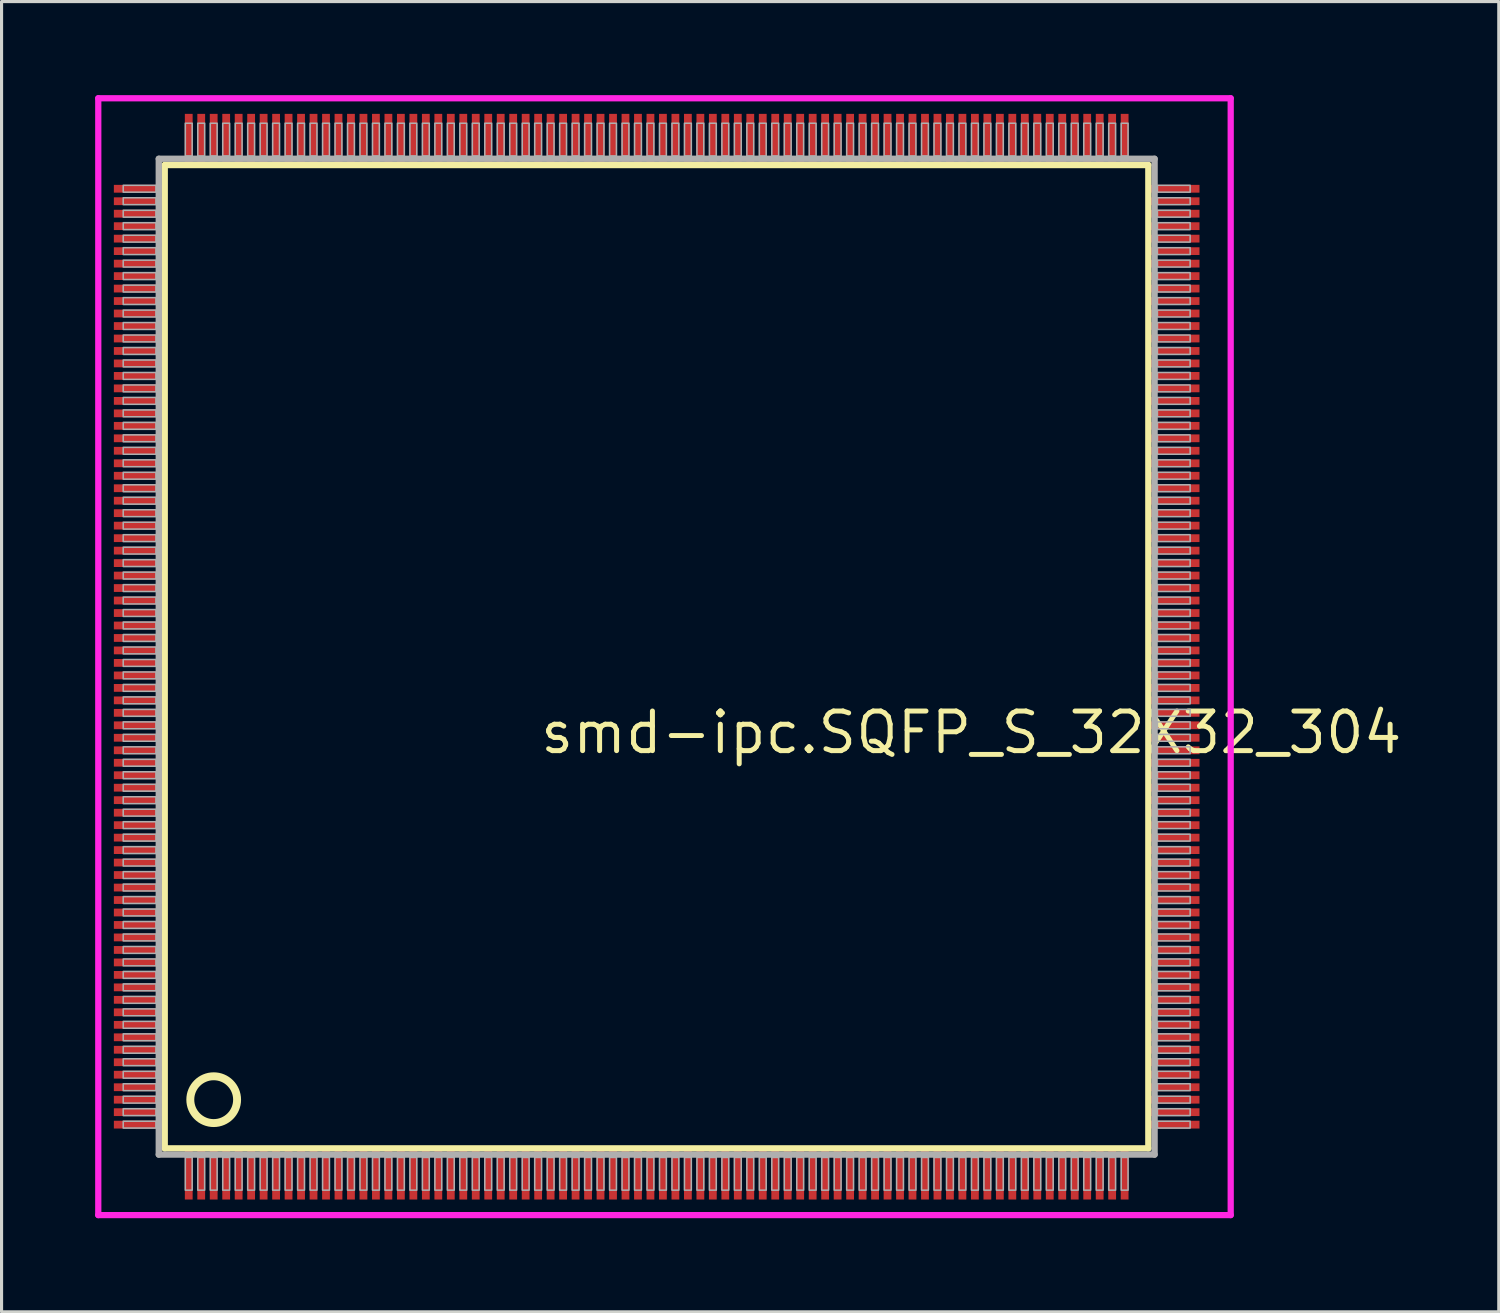
<source format=kicad_pcb>
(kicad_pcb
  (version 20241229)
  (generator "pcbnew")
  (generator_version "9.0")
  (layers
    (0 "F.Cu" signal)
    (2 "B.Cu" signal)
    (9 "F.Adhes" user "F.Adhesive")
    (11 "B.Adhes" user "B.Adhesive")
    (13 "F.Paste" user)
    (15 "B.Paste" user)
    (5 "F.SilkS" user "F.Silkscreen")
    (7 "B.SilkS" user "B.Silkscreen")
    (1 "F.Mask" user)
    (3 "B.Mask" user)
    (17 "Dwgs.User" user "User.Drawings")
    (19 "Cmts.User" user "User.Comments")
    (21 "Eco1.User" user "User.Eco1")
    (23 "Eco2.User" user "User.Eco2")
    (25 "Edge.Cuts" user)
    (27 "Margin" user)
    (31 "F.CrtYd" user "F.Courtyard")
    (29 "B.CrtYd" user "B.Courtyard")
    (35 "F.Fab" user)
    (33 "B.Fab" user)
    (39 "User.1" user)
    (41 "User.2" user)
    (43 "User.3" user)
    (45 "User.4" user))
  (footprint "smd-ipc.SQFP_S_32X32_304"
    (layer "F.Cu")
    (at 18 18)
    (property "Reference" "smd-ipc.SQFP_S_32X32_304" (at -3.81 3.175 0) (layer "F.SilkS") (effects (font (size 1.27 1.27) (thickness 0.16)) (justify left bottom)))
    (attr smd)
    (fp_line (start -15.77 -15.76) (end 15.76 -15.76) (stroke (width 0.203) (type default)) (layer "F.SilkS"))
    (fp_line (start -15.77 15.76) (end -15.77 -15.76) (stroke (width 0.203) (type default)) (layer "F.SilkS"))
    (fp_line (start 15.76 -15.76) (end 15.76 15.76) (stroke (width 0.203) (type default)) (layer "F.SilkS"))
    (fp_line (start 15.76 15.76) (end -15.77 15.76) (stroke (width 0.203) (type default)) (layer "F.SilkS"))
    (fp_circle (center -14.2 14.2) (end -13.45 14.2) (stroke (width 0.254) (type default)) (fill no) (layer "F.SilkS"))
    (fp_line (start -17.9 -17.9) (end 18.4 -17.9) (stroke (width 0.2) (type default)) (layer "F.CrtYd"))
    (fp_line (start -17.9 17.9) (end -17.9 -17.9) (stroke (width 0.2) (type default)) (layer "F.CrtYd"))
    (fp_line (start 18.4 -17.9) (end 18.4 17.9) (stroke (width 0.2) (type default)) (layer "F.CrtYd"))
    (fp_line (start 18.4 17.9) (end -17.9 17.9) (stroke (width 0.2) (type default)) (layer "F.CrtYd"))
    (fp_line (start -15.96 -15.96) (end -15.96 15.96) (stroke (width 0.203) (type default)) (layer "F.Fab"))
    (fp_line (start -15.96 15.96) (end 15.96 15.96) (stroke (width 0.203) (type default)) (layer "F.Fab"))
    (fp_line (start 15.96 -15.96) (end -15.96 -15.96) (stroke (width 0.203) (type default)) (layer "F.Fab"))
    (fp_line (start 15.96 15.96) (end 15.96 -15.96) (stroke (width 0.203) (type default)) (layer "F.Fab"))
    (fp_rect (start -17.1 -14.89) (end -16.05 -15.11) (stroke (width 0.05) (type default)) (fill no) (layer "F.Fab"))
    (fp_rect (start -17.1 -14.49) (end -16.05 -14.71) (stroke (width 0.05) (type default)) (fill no) (layer "F.Fab"))
    (fp_rect (start -17.1 -14.09) (end -16.05 -14.31) (stroke (width 0.05) (type default)) (fill no) (layer "F.Fab"))
    (fp_rect (start -17.1 -13.69) (end -16.05 -13.91) (stroke (width 0.05) (type default)) (fill no) (layer "F.Fab"))
    (fp_rect (start -17.1 -13.29) (end -16.05 -13.51) (stroke (width 0.05) (type default)) (fill no) (layer "F.Fab"))
    (fp_rect (start -17.1 -12.89) (end -16.05 -13.11) (stroke (width 0.05) (type default)) (fill no) (layer "F.Fab"))
    (fp_rect (start -17.1 -12.49) (end -16.05 -12.71) (stroke (width 0.05) (type default)) (fill no) (layer "F.Fab"))
    (fp_rect (start -17.1 -12.09) (end -16.05 -12.31) (stroke (width 0.05) (type default)) (fill no) (layer "F.Fab"))
    (fp_rect (start -17.1 -11.69) (end -16.05 -11.91) (stroke (width 0.05) (type default)) (fill no) (layer "F.Fab"))
    (fp_rect (start -17.1 -11.29) (end -16.05 -11.51) (stroke (width 0.05) (type default)) (fill no) (layer "F.Fab"))
    (fp_rect (start -17.1 -10.89) (end -16.05 -11.11) (stroke (width 0.05) (type default)) (fill no) (layer "F.Fab"))
    (fp_rect (start -17.1 -10.49) (end -16.05 -10.71) (stroke (width 0.05) (type default)) (fill no) (layer "F.Fab"))
    (fp_rect (start -17.1 -10.09) (end -16.05 -10.31) (stroke (width 0.05) (type default)) (fill no) (layer "F.Fab"))
    (fp_rect (start -17.1 -9.69) (end -16.05 -9.91) (stroke (width 0.05) (type default)) (fill no) (layer "F.Fab"))
    (fp_rect (start -17.1 -9.29) (end -16.05 -9.51) (stroke (width 0.05) (type default)) (fill no) (layer "F.Fab"))
    (fp_rect (start -17.1 -8.89) (end -16.05 -9.11) (stroke (width 0.05) (type default)) (fill no) (layer "F.Fab"))
    (fp_rect (start -17.1 -8.49) (end -16.05 -8.71) (stroke (width 0.05) (type default)) (fill no) (layer "F.Fab"))
    (fp_rect (start -17.1 -8.09) (end -16.05 -8.31) (stroke (width 0.05) (type default)) (fill no) (layer "F.Fab"))
    (fp_rect (start -17.1 -7.69) (end -16.05 -7.91) (stroke (width 0.05) (type default)) (fill no) (layer "F.Fab"))
    (fp_rect (start -17.1 -7.29) (end -16.05 -7.51) (stroke (width 0.05) (type default)) (fill no) (layer "F.Fab"))
    (fp_rect (start -17.1 -6.89) (end -16.05 -7.11) (stroke (width 0.05) (type default)) (fill no) (layer "F.Fab"))
    (fp_rect (start -17.1 -6.49) (end -16.05 -6.71) (stroke (width 0.05) (type default)) (fill no) (layer "F.Fab"))
    (fp_rect (start -17.1 -6.09) (end -16.05 -6.31) (stroke (width 0.05) (type default)) (fill no) (layer "F.Fab"))
    (fp_rect (start -17.1 -5.69) (end -16.05 -5.91) (stroke (width 0.05) (type default)) (fill no) (layer "F.Fab"))
    (fp_rect (start -17.1 -5.29) (end -16.05 -5.51) (stroke (width 0.05) (type default)) (fill no) (layer "F.Fab"))
    (fp_rect (start -17.1 -4.89) (end -16.05 -5.11) (stroke (width 0.05) (type default)) (fill no) (layer "F.Fab"))
    (fp_rect (start -17.1 -4.49) (end -16.05 -4.71) (stroke (width 0.05) (type default)) (fill no) (layer "F.Fab"))
    (fp_rect (start -17.1 -4.09) (end -16.05 -4.31) (stroke (width 0.05) (type default)) (fill no) (layer "F.Fab"))
    (fp_rect (start -17.1 -3.69) (end -16.05 -3.91) (stroke (width 0.05) (type default)) (fill no) (layer "F.Fab"))
    (fp_rect (start -17.1 -3.29) (end -16.05 -3.51) (stroke (width 0.05) (type default)) (fill no) (layer "F.Fab"))
    (fp_rect (start -17.1 -2.89) (end -16.05 -3.11) (stroke (width 0.05) (type default)) (fill no) (layer "F.Fab"))
    (fp_rect (start -17.1 -2.49) (end -16.05 -2.71) (stroke (width 0.05) (type default)) (fill no) (layer "F.Fab"))
    (fp_rect (start -17.1 -2.09) (end -16.05 -2.31) (stroke (width 0.05) (type default)) (fill no) (layer "F.Fab"))
    (fp_rect (start -17.1 -1.69) (end -16.05 -1.91) (stroke (width 0.05) (type default)) (fill no) (layer "F.Fab"))
    (fp_rect (start -17.1 -1.29) (end -16.05 -1.51) (stroke (width 0.05) (type default)) (fill no) (layer "F.Fab"))
    (fp_rect (start -17.1 -0.89) (end -16.05 -1.11) (stroke (width 0.05) (type default)) (fill no) (layer "F.Fab"))
    (fp_rect (start -17.1 -0.49) (end -16.05 -0.71) (stroke (width 0.05) (type default)) (fill no) (layer "F.Fab"))
    (fp_rect (start -17.1 -0.09) (end -16.05 -0.31) (stroke (width 0.05) (type default)) (fill no) (layer "F.Fab"))
    (fp_rect (start -17.1 0.31) (end -16.05 0.09) (stroke (width 0.05) (type default)) (fill no) (layer "F.Fab"))
    (fp_rect (start -17.1 0.71) (end -16.05 0.49) (stroke (width 0.05) (type default)) (fill no) (layer "F.Fab"))
    (fp_rect (start -17.1 1.11) (end -16.05 0.89) (stroke (width 0.05) (type default)) (fill no) (layer "F.Fab"))
    (fp_rect (start -17.1 1.51) (end -16.05 1.29) (stroke (width 0.05) (type default)) (fill no) (layer "F.Fab"))
    (fp_rect (start -17.1 1.91) (end -16.05 1.69) (stroke (width 0.05) (type default)) (fill no) (layer "F.Fab"))
    (fp_rect (start -17.1 2.31) (end -16.05 2.09) (stroke (width 0.05) (type default)) (fill no) (layer "F.Fab"))
    (fp_rect (start -17.1 2.71) (end -16.05 2.49) (stroke (width 0.05) (type default)) (fill no) (layer "F.Fab"))
    (fp_rect (start -17.1 3.11) (end -16.05 2.89) (stroke (width 0.05) (type default)) (fill no) (layer "F.Fab"))
    (fp_rect (start -17.1 3.51) (end -16.05 3.29) (stroke (width 0.05) (type default)) (fill no) (layer "F.Fab"))
    (fp_rect (start -17.1 3.91) (end -16.05 3.69) (stroke (width 0.05) (type default)) (fill no) (layer "F.Fab"))
    (fp_rect (start -17.1 4.31) (end -16.05 4.09) (stroke (width 0.05) (type default)) (fill no) (layer "F.Fab"))
    (fp_rect (start -17.1 4.71) (end -16.05 4.49) (stroke (width 0.05) (type default)) (fill no) (layer "F.Fab"))
    (fp_rect (start -17.1 5.11) (end -16.05 4.89) (stroke (width 0.05) (type default)) (fill no) (layer "F.Fab"))
    (fp_rect (start -17.1 5.51) (end -16.05 5.29) (stroke (width 0.05) (type default)) (fill no) (layer "F.Fab"))
    (fp_rect (start -17.1 5.91) (end -16.05 5.69) (stroke (width 0.05) (type default)) (fill no) (layer "F.Fab"))
    (fp_rect (start -17.1 6.31) (end -16.05 6.09) (stroke (width 0.05) (type default)) (fill no) (layer "F.Fab"))
    (fp_rect (start -17.1 6.71) (end -16.05 6.49) (stroke (width 0.05) (type default)) (fill no) (layer "F.Fab"))
    (fp_rect (start -17.1 7.11) (end -16.05 6.89) (stroke (width 0.05) (type default)) (fill no) (layer "F.Fab"))
    (fp_rect (start -17.1 7.51) (end -16.05 7.29) (stroke (width 0.05) (type default)) (fill no) (layer "F.Fab"))
    (fp_rect (start -17.1 7.91) (end -16.05 7.69) (stroke (width 0.05) (type default)) (fill no) (layer "F.Fab"))
    (fp_rect (start -17.1 8.31) (end -16.05 8.09) (stroke (width 0.05) (type default)) (fill no) (layer "F.Fab"))
    (fp_rect (start -17.1 8.71) (end -16.05 8.49) (stroke (width 0.05) (type default)) (fill no) (layer "F.Fab"))
    (fp_rect (start -17.1 9.11) (end -16.05 8.89) (stroke (width 0.05) (type default)) (fill no) (layer "F.Fab"))
    (fp_rect (start -17.1 9.51) (end -16.05 9.29) (stroke (width 0.05) (type default)) (fill no) (layer "F.Fab"))
    (fp_rect (start -17.1 9.91) (end -16.05 9.69) (stroke (width 0.05) (type default)) (fill no) (layer "F.Fab"))
    (fp_rect (start -17.1 10.31) (end -16.05 10.09) (stroke (width 0.05) (type default)) (fill no) (layer "F.Fab"))
    (fp_rect (start -17.1 10.71) (end -16.05 10.49) (stroke (width 0.05) (type default)) (fill no) (layer "F.Fab"))
    (fp_rect (start -17.1 11.11) (end -16.05 10.89) (stroke (width 0.05) (type default)) (fill no) (layer "F.Fab"))
    (fp_rect (start -17.1 11.51) (end -16.05 11.29) (stroke (width 0.05) (type default)) (fill no) (layer "F.Fab"))
    (fp_rect (start -17.1 11.91) (end -16.05 11.69) (stroke (width 0.05) (type default)) (fill no) (layer "F.Fab"))
    (fp_rect (start -17.1 12.31) (end -16.05 12.09) (stroke (width 0.05) (type default)) (fill no) (layer "F.Fab"))
    (fp_rect (start -17.1 12.71) (end -16.05 12.49) (stroke (width 0.05) (type default)) (fill no) (layer "F.Fab"))
    (fp_rect (start -17.1 13.11) (end -16.05 12.89) (stroke (width 0.05) (type default)) (fill no) (layer "F.Fab"))
    (fp_rect (start -17.1 13.51) (end -16.05 13.29) (stroke (width 0.05) (type default)) (fill no) (layer "F.Fab"))
    (fp_rect (start -17.1 13.91) (end -16.05 13.69) (stroke (width 0.05) (type default)) (fill no) (layer "F.Fab"))
    (fp_rect (start -17.1 14.31) (end -16.05 14.09) (stroke (width 0.05) (type default)) (fill no) (layer "F.Fab"))
    (fp_rect (start -17.1 14.71) (end -16.05 14.49) (stroke (width 0.05) (type default)) (fill no) (layer "F.Fab"))
    (fp_rect (start -17.1 15.11) (end -16.05 14.89) (stroke (width 0.05) (type default)) (fill no) (layer "F.Fab"))
    (fp_rect (start -15.11 -16.05) (end -14.89 -17.1) (stroke (width 0.05) (type default)) (fill no) (layer "F.Fab"))
    (fp_rect (start -15.11 17.1) (end -14.89 16.05) (stroke (width 0.05) (type default)) (fill no) (layer "F.Fab"))
    (fp_rect (start -14.71 -16.05) (end -14.49 -17.1) (stroke (width 0.05) (type default)) (fill no) (layer "F.Fab"))
    (fp_rect (start -14.71 17.1) (end -14.49 16.05) (stroke (width 0.05) (type default)) (fill no) (layer "F.Fab"))
    (fp_rect (start -14.31 -16.05) (end -14.09 -17.1) (stroke (width 0.05) (type default)) (fill no) (layer "F.Fab"))
    (fp_rect (start -14.31 17.1) (end -14.09 16.05) (stroke (width 0.05) (type default)) (fill no) (layer "F.Fab"))
    (fp_rect (start -13.91 -16.05) (end -13.69 -17.1) (stroke (width 0.05) (type default)) (fill no) (layer "F.Fab"))
    (fp_rect (start -13.91 17.1) (end -13.69 16.05) (stroke (width 0.05) (type default)) (fill no) (layer "F.Fab"))
    (fp_rect (start -13.51 -16.05) (end -13.29 -17.1) (stroke (width 0.05) (type default)) (fill no) (layer "F.Fab"))
    (fp_rect (start -13.51 17.1) (end -13.29 16.05) (stroke (width 0.05) (type default)) (fill no) (layer "F.Fab"))
    (fp_rect (start -13.11 -16.05) (end -12.89 -17.1) (stroke (width 0.05) (type default)) (fill no) (layer "F.Fab"))
    (fp_rect (start -13.11 17.1) (end -12.89 16.05) (stroke (width 0.05) (type default)) (fill no) (layer "F.Fab"))
    (fp_rect (start -12.71 -16.05) (end -12.49 -17.1) (stroke (width 0.05) (type default)) (fill no) (layer "F.Fab"))
    (fp_rect (start -12.71 17.1) (end -12.49 16.05) (stroke (width 0.05) (type default)) (fill no) (layer "F.Fab"))
    (fp_rect (start -12.31 -16.05) (end -12.09 -17.1) (stroke (width 0.05) (type default)) (fill no) (layer "F.Fab"))
    (fp_rect (start -12.31 17.1) (end -12.09 16.05) (stroke (width 0.05) (type default)) (fill no) (layer "F.Fab"))
    (fp_rect (start -11.91 -16.05) (end -11.69 -17.1) (stroke (width 0.05) (type default)) (fill no) (layer "F.Fab"))
    (fp_rect (start -11.91 17.1) (end -11.69 16.05) (stroke (width 0.05) (type default)) (fill no) (layer "F.Fab"))
    (fp_rect (start -11.51 -16.05) (end -11.29 -17.1) (stroke (width 0.05) (type default)) (fill no) (layer "F.Fab"))
    (fp_rect (start -11.51 17.1) (end -11.29 16.05) (stroke (width 0.05) (type default)) (fill no) (layer "F.Fab"))
    (fp_rect (start -11.11 -16.05) (end -10.89 -17.1) (stroke (width 0.05) (type default)) (fill no) (layer "F.Fab"))
    (fp_rect (start -11.11 17.1) (end -10.89 16.05) (stroke (width 0.05) (type default)) (fill no) (layer "F.Fab"))
    (fp_rect (start -10.71 -16.05) (end -10.49 -17.1) (stroke (width 0.05) (type default)) (fill no) (layer "F.Fab"))
    (fp_rect (start -10.71 17.1) (end -10.49 16.05) (stroke (width 0.05) (type default)) (fill no) (layer "F.Fab"))
    (fp_rect (start -10.31 -16.05) (end -10.09 -17.1) (stroke (width 0.05) (type default)) (fill no) (layer "F.Fab"))
    (fp_rect (start -10.31 17.1) (end -10.09 16.05) (stroke (width 0.05) (type default)) (fill no) (layer "F.Fab"))
    (fp_rect (start -9.91 -16.05) (end -9.69 -17.1) (stroke (width 0.05) (type default)) (fill no) (layer "F.Fab"))
    (fp_rect (start -9.91 17.1) (end -9.69 16.05) (stroke (width 0.05) (type default)) (fill no) (layer "F.Fab"))
    (fp_rect (start -9.51 -16.05) (end -9.29 -17.1) (stroke (width 0.05) (type default)) (fill no) (layer "F.Fab"))
    (fp_rect (start -9.51 17.1) (end -9.29 16.05) (stroke (width 0.05) (type default)) (fill no) (layer "F.Fab"))
    (fp_rect (start -9.11 -16.05) (end -8.89 -17.1) (stroke (width 0.05) (type default)) (fill no) (layer "F.Fab"))
    (fp_rect (start -9.11 17.1) (end -8.89 16.05) (stroke (width 0.05) (type default)) (fill no) (layer "F.Fab"))
    (fp_rect (start -8.71 -16.05) (end -8.49 -17.1) (stroke (width 0.05) (type default)) (fill no) (layer "F.Fab"))
    (fp_rect (start -8.71 17.1) (end -8.49 16.05) (stroke (width 0.05) (type default)) (fill no) (layer "F.Fab"))
    (fp_rect (start -8.31 -16.05) (end -8.09 -17.1) (stroke (width 0.05) (type default)) (fill no) (layer "F.Fab"))
    (fp_rect (start -8.31 17.1) (end -8.09 16.05) (stroke (width 0.05) (type default)) (fill no) (layer "F.Fab"))
    (fp_rect (start -7.91 -16.05) (end -7.69 -17.1) (stroke (width 0.05) (type default)) (fill no) (layer "F.Fab"))
    (fp_rect (start -7.91 17.1) (end -7.69 16.05) (stroke (width 0.05) (type default)) (fill no) (layer "F.Fab"))
    (fp_rect (start -7.51 -16.05) (end -7.29 -17.1) (stroke (width 0.05) (type default)) (fill no) (layer "F.Fab"))
    (fp_rect (start -7.51 17.1) (end -7.29 16.05) (stroke (width 0.05) (type default)) (fill no) (layer "F.Fab"))
    (fp_rect (start -7.11 -16.05) (end -6.89 -17.1) (stroke (width 0.05) (type default)) (fill no) (layer "F.Fab"))
    (fp_rect (start -7.11 17.1) (end -6.89 16.05) (stroke (width 0.05) (type default)) (fill no) (layer "F.Fab"))
    (fp_rect (start -6.71 -16.05) (end -6.49 -17.1) (stroke (width 0.05) (type default)) (fill no) (layer "F.Fab"))
    (fp_rect (start -6.71 17.1) (end -6.49 16.05) (stroke (width 0.05) (type default)) (fill no) (layer "F.Fab"))
    (fp_rect (start -6.31 -16.05) (end -6.09 -17.1) (stroke (width 0.05) (type default)) (fill no) (layer "F.Fab"))
    (fp_rect (start -6.31 17.1) (end -6.09 16.05) (stroke (width 0.05) (type default)) (fill no) (layer "F.Fab"))
    (fp_rect (start -5.91 -16.05) (end -5.69 -17.1) (stroke (width 0.05) (type default)) (fill no) (layer "F.Fab"))
    (fp_rect (start -5.91 17.1) (end -5.69 16.05) (stroke (width 0.05) (type default)) (fill no) (layer "F.Fab"))
    (fp_rect (start -5.51 -16.05) (end -5.29 -17.1) (stroke (width 0.05) (type default)) (fill no) (layer "F.Fab"))
    (fp_rect (start -5.51 17.1) (end -5.29 16.05) (stroke (width 0.05) (type default)) (fill no) (layer "F.Fab"))
    (fp_rect (start -5.11 -16.05) (end -4.89 -17.1) (stroke (width 0.05) (type default)) (fill no) (layer "F.Fab"))
    (fp_rect (start -5.11 17.1) (end -4.89 16.05) (stroke (width 0.05) (type default)) (fill no) (layer "F.Fab"))
    (fp_rect (start -4.71 -16.05) (end -4.49 -17.1) (stroke (width 0.05) (type default)) (fill no) (layer "F.Fab"))
    (fp_rect (start -4.71 17.1) (end -4.49 16.05) (stroke (width 0.05) (type default)) (fill no) (layer "F.Fab"))
    (fp_rect (start -4.31 -16.05) (end -4.09 -17.1) (stroke (width 0.05) (type default)) (fill no) (layer "F.Fab"))
    (fp_rect (start -4.31 17.1) (end -4.09 16.05) (stroke (width 0.05) (type default)) (fill no) (layer "F.Fab"))
    (fp_rect (start -3.91 -16.05) (end -3.69 -17.1) (stroke (width 0.05) (type default)) (fill no) (layer "F.Fab"))
    (fp_rect (start -3.91 17.1) (end -3.69 16.05) (stroke (width 0.05) (type default)) (fill no) (layer "F.Fab"))
    (fp_rect (start -3.51 -16.05) (end -3.29 -17.1) (stroke (width 0.05) (type default)) (fill no) (layer "F.Fab"))
    (fp_rect (start -3.51 17.1) (end -3.29 16.05) (stroke (width 0.05) (type default)) (fill no) (layer "F.Fab"))
    (fp_rect (start -3.11 -16.05) (end -2.89 -17.1) (stroke (width 0.05) (type default)) (fill no) (layer "F.Fab"))
    (fp_rect (start -3.11 17.1) (end -2.89 16.05) (stroke (width 0.05) (type default)) (fill no) (layer "F.Fab"))
    (fp_rect (start -2.71 -16.05) (end -2.49 -17.1) (stroke (width 0.05) (type default)) (fill no) (layer "F.Fab"))
    (fp_rect (start -2.71 17.1) (end -2.49 16.05) (stroke (width 0.05) (type default)) (fill no) (layer "F.Fab"))
    (fp_rect (start -2.31 -16.05) (end -2.09 -17.1) (stroke (width 0.05) (type default)) (fill no) (layer "F.Fab"))
    (fp_rect (start -2.31 17.1) (end -2.09 16.05) (stroke (width 0.05) (type default)) (fill no) (layer "F.Fab"))
    (fp_rect (start -1.91 -16.05) (end -1.69 -17.1) (stroke (width 0.05) (type default)) (fill no) (layer "F.Fab"))
    (fp_rect (start -1.91 17.1) (end -1.69 16.05) (stroke (width 0.05) (type default)) (fill no) (layer "F.Fab"))
    (fp_rect (start -1.51 -16.05) (end -1.29 -17.1) (stroke (width 0.05) (type default)) (fill no) (layer "F.Fab"))
    (fp_rect (start -1.51 17.1) (end -1.29 16.05) (stroke (width 0.05) (type default)) (fill no) (layer "F.Fab"))
    (fp_rect (start -1.11 -16.05) (end -0.89 -17.1) (stroke (width 0.05) (type default)) (fill no) (layer "F.Fab"))
    (fp_rect (start -1.11 17.1) (end -0.89 16.05) (stroke (width 0.05) (type default)) (fill no) (layer "F.Fab"))
    (fp_rect (start -0.71 -16.05) (end -0.49 -17.1) (stroke (width 0.05) (type default)) (fill no) (layer "F.Fab"))
    (fp_rect (start -0.71 17.1) (end -0.49 16.05) (stroke (width 0.05) (type default)) (fill no) (layer "F.Fab"))
    (fp_rect (start -0.31 -16.05) (end -0.09 -17.1) (stroke (width 0.05) (type default)) (fill no) (layer "F.Fab"))
    (fp_rect (start -0.31 17.1) (end -0.09 16.05) (stroke (width 0.05) (type default)) (fill no) (layer "F.Fab"))
    (fp_rect (start 0.09 -16.05) (end 0.31 -17.1) (stroke (width 0.05) (type default)) (fill no) (layer "F.Fab"))
    (fp_rect (start 0.09 17.1) (end 0.31 16.05) (stroke (width 0.05) (type default)) (fill no) (layer "F.Fab"))
    (fp_rect (start 0.49 -16.05) (end 0.71 -17.1) (stroke (width 0.05) (type default)) (fill no) (layer "F.Fab"))
    (fp_rect (start 0.49 17.1) (end 0.71 16.05) (stroke (width 0.05) (type default)) (fill no) (layer "F.Fab"))
    (fp_rect (start 0.89 -16.05) (end 1.11 -17.1) (stroke (width 0.05) (type default)) (fill no) (layer "F.Fab"))
    (fp_rect (start 0.89 17.1) (end 1.11 16.05) (stroke (width 0.05) (type default)) (fill no) (layer "F.Fab"))
    (fp_rect (start 1.29 -16.05) (end 1.51 -17.1) (stroke (width 0.05) (type default)) (fill no) (layer "F.Fab"))
    (fp_rect (start 1.29 17.1) (end 1.51 16.05) (stroke (width 0.05) (type default)) (fill no) (layer "F.Fab"))
    (fp_rect (start 1.69 -16.05) (end 1.91 -17.1) (stroke (width 0.05) (type default)) (fill no) (layer "F.Fab"))
    (fp_rect (start 1.69 17.1) (end 1.91 16.05) (stroke (width 0.05) (type default)) (fill no) (layer "F.Fab"))
    (fp_rect (start 2.09 -16.05) (end 2.31 -17.1) (stroke (width 0.05) (type default)) (fill no) (layer "F.Fab"))
    (fp_rect (start 2.09 17.1) (end 2.31 16.05) (stroke (width 0.05) (type default)) (fill no) (layer "F.Fab"))
    (fp_rect (start 2.49 -16.05) (end 2.71 -17.1) (stroke (width 0.05) (type default)) (fill no) (layer "F.Fab"))
    (fp_rect (start 2.49 17.1) (end 2.71 16.05) (stroke (width 0.05) (type default)) (fill no) (layer "F.Fab"))
    (fp_rect (start 2.89 -16.05) (end 3.11 -17.1) (stroke (width 0.05) (type default)) (fill no) (layer "F.Fab"))
    (fp_rect (start 2.89 17.1) (end 3.11 16.05) (stroke (width 0.05) (type default)) (fill no) (layer "F.Fab"))
    (fp_rect (start 3.29 -16.05) (end 3.51 -17.1) (stroke (width 0.05) (type default)) (fill no) (layer "F.Fab"))
    (fp_rect (start 3.29 17.1) (end 3.51 16.05) (stroke (width 0.05) (type default)) (fill no) (layer "F.Fab"))
    (fp_rect (start 3.69 -16.05) (end 3.91 -17.1) (stroke (width 0.05) (type default)) (fill no) (layer "F.Fab"))
    (fp_rect (start 3.69 17.1) (end 3.91 16.05) (stroke (width 0.05) (type default)) (fill no) (layer "F.Fab"))
    (fp_rect (start 4.09 -16.05) (end 4.31 -17.1) (stroke (width 0.05) (type default)) (fill no) (layer "F.Fab"))
    (fp_rect (start 4.09 17.1) (end 4.31 16.05) (stroke (width 0.05) (type default)) (fill no) (layer "F.Fab"))
    (fp_rect (start 4.49 -16.05) (end 4.71 -17.1) (stroke (width 0.05) (type default)) (fill no) (layer "F.Fab"))
    (fp_rect (start 4.49 17.1) (end 4.71 16.05) (stroke (width 0.05) (type default)) (fill no) (layer "F.Fab"))
    (fp_rect (start 4.89 -16.05) (end 5.11 -17.1) (stroke (width 0.05) (type default)) (fill no) (layer "F.Fab"))
    (fp_rect (start 4.89 17.1) (end 5.11 16.05) (stroke (width 0.05) (type default)) (fill no) (layer "F.Fab"))
    (fp_rect (start 5.29 -16.05) (end 5.51 -17.1) (stroke (width 0.05) (type default)) (fill no) (layer "F.Fab"))
    (fp_rect (start 5.29 17.1) (end 5.51 16.05) (stroke (width 0.05) (type default)) (fill no) (layer "F.Fab"))
    (fp_rect (start 5.69 -16.05) (end 5.91 -17.1) (stroke (width 0.05) (type default)) (fill no) (layer "F.Fab"))
    (fp_rect (start 5.69 17.1) (end 5.91 16.05) (stroke (width 0.05) (type default)) (fill no) (layer "F.Fab"))
    (fp_rect (start 6.09 -16.05) (end 6.31 -17.1) (stroke (width 0.05) (type default)) (fill no) (layer "F.Fab"))
    (fp_rect (start 6.09 17.1) (end 6.31 16.05) (stroke (width 0.05) (type default)) (fill no) (layer "F.Fab"))
    (fp_rect (start 6.49 -16.05) (end 6.71 -17.1) (stroke (width 0.05) (type default)) (fill no) (layer "F.Fab"))
    (fp_rect (start 6.49 17.1) (end 6.71 16.05) (stroke (width 0.05) (type default)) (fill no) (layer "F.Fab"))
    (fp_rect (start 6.89 -16.05) (end 7.11 -17.1) (stroke (width 0.05) (type default)) (fill no) (layer "F.Fab"))
    (fp_rect (start 6.89 17.1) (end 7.11 16.05) (stroke (width 0.05) (type default)) (fill no) (layer "F.Fab"))
    (fp_rect (start 7.29 -16.05) (end 7.51 -17.1) (stroke (width 0.05) (type default)) (fill no) (layer "F.Fab"))
    (fp_rect (start 7.29 17.1) (end 7.51 16.05) (stroke (width 0.05) (type default)) (fill no) (layer "F.Fab"))
    (fp_rect (start 7.69 -16.05) (end 7.91 -17.1) (stroke (width 0.05) (type default)) (fill no) (layer "F.Fab"))
    (fp_rect (start 7.69 17.1) (end 7.91 16.05) (stroke (width 0.05) (type default)) (fill no) (layer "F.Fab"))
    (fp_rect (start 8.09 -16.05) (end 8.31 -17.1) (stroke (width 0.05) (type default)) (fill no) (layer "F.Fab"))
    (fp_rect (start 8.09 17.1) (end 8.31 16.05) (stroke (width 0.05) (type default)) (fill no) (layer "F.Fab"))
    (fp_rect (start 8.49 -16.05) (end 8.71 -17.1) (stroke (width 0.05) (type default)) (fill no) (layer "F.Fab"))
    (fp_rect (start 8.49 17.1) (end 8.71 16.05) (stroke (width 0.05) (type default)) (fill no) (layer "F.Fab"))
    (fp_rect (start 8.89 -16.05) (end 9.11 -17.1) (stroke (width 0.05) (type default)) (fill no) (layer "F.Fab"))
    (fp_rect (start 8.89 17.1) (end 9.11 16.05) (stroke (width 0.05) (type default)) (fill no) (layer "F.Fab"))
    (fp_rect (start 9.29 -16.05) (end 9.51 -17.1) (stroke (width 0.05) (type default)) (fill no) (layer "F.Fab"))
    (fp_rect (start 9.29 17.1) (end 9.51 16.05) (stroke (width 0.05) (type default)) (fill no) (layer "F.Fab"))
    (fp_rect (start 9.69 -16.05) (end 9.91 -17.1) (stroke (width 0.05) (type default)) (fill no) (layer "F.Fab"))
    (fp_rect (start 9.69 17.1) (end 9.91 16.05) (stroke (width 0.05) (type default)) (fill no) (layer "F.Fab"))
    (fp_rect (start 10.09 -16.05) (end 10.31 -17.1) (stroke (width 0.05) (type default)) (fill no) (layer "F.Fab"))
    (fp_rect (start 10.09 17.1) (end 10.31 16.05) (stroke (width 0.05) (type default)) (fill no) (layer "F.Fab"))
    (fp_rect (start 10.49 -16.05) (end 10.71 -17.1) (stroke (width 0.05) (type default)) (fill no) (layer "F.Fab"))
    (fp_rect (start 10.49 17.1) (end 10.71 16.05) (stroke (width 0.05) (type default)) (fill no) (layer "F.Fab"))
    (fp_rect (start 10.89 -16.05) (end 11.11 -17.1) (stroke (width 0.05) (type default)) (fill no) (layer "F.Fab"))
    (fp_rect (start 10.89 17.1) (end 11.11 16.05) (stroke (width 0.05) (type default)) (fill no) (layer "F.Fab"))
    (fp_rect (start 11.29 -16.05) (end 11.51 -17.1) (stroke (width 0.05) (type default)) (fill no) (layer "F.Fab"))
    (fp_rect (start 11.29 17.1) (end 11.51 16.05) (stroke (width 0.05) (type default)) (fill no) (layer "F.Fab"))
    (fp_rect (start 11.69 -16.05) (end 11.91 -17.1) (stroke (width 0.05) (type default)) (fill no) (layer "F.Fab"))
    (fp_rect (start 11.69 17.1) (end 11.91 16.05) (stroke (width 0.05) (type default)) (fill no) (layer "F.Fab"))
    (fp_rect (start 12.09 -16.05) (end 12.31 -17.1) (stroke (width 0.05) (type default)) (fill no) (layer "F.Fab"))
    (fp_rect (start 12.09 17.1) (end 12.31 16.05) (stroke (width 0.05) (type default)) (fill no) (layer "F.Fab"))
    (fp_rect (start 12.49 -16.05) (end 12.71 -17.1) (stroke (width 0.05) (type default)) (fill no) (layer "F.Fab"))
    (fp_rect (start 12.49 17.1) (end 12.71 16.05) (stroke (width 0.05) (type default)) (fill no) (layer "F.Fab"))
    (fp_rect (start 12.89 -16.05) (end 13.11 -17.1) (stroke (width 0.05) (type default)) (fill no) (layer "F.Fab"))
    (fp_rect (start 12.89 17.1) (end 13.11 16.05) (stroke (width 0.05) (type default)) (fill no) (layer "F.Fab"))
    (fp_rect (start 13.29 -16.05) (end 13.51 -17.1) (stroke (width 0.05) (type default)) (fill no) (layer "F.Fab"))
    (fp_rect (start 13.29 17.1) (end 13.51 16.05) (stroke (width 0.05) (type default)) (fill no) (layer "F.Fab"))
    (fp_rect (start 13.69 -16.05) (end 13.91 -17.1) (stroke (width 0.05) (type default)) (fill no) (layer "F.Fab"))
    (fp_rect (start 13.69 17.1) (end 13.91 16.05) (stroke (width 0.05) (type default)) (fill no) (layer "F.Fab"))
    (fp_rect (start 14.09 -16.05) (end 14.31 -17.1) (stroke (width 0.05) (type default)) (fill no) (layer "F.Fab"))
    (fp_rect (start 14.09 17.1) (end 14.31 16.05) (stroke (width 0.05) (type default)) (fill no) (layer "F.Fab"))
    (fp_rect (start 14.49 -16.05) (end 14.71 -17.1) (stroke (width 0.05) (type default)) (fill no) (layer "F.Fab"))
    (fp_rect (start 14.49 17.1) (end 14.71 16.05) (stroke (width 0.05) (type default)) (fill no) (layer "F.Fab"))
    (fp_rect (start 14.89 -16.05) (end 15.11 -17.1) (stroke (width 0.05) (type default)) (fill no) (layer "F.Fab"))
    (fp_rect (start 14.89 17.1) (end 15.11 16.05) (stroke (width 0.05) (type default)) (fill no) (layer "F.Fab"))
    (fp_rect (start 16.05 -14.89) (end 17.1 -15.11) (stroke (width 0.05) (type default)) (fill no) (layer "F.Fab"))
    (fp_rect (start 16.05 -14.49) (end 17.1 -14.71) (stroke (width 0.05) (type default)) (fill no) (layer "F.Fab"))
    (fp_rect (start 16.05 -14.09) (end 17.1 -14.31) (stroke (width 0.05) (type default)) (fill no) (layer "F.Fab"))
    (fp_rect (start 16.05 -13.69) (end 17.1 -13.91) (stroke (width 0.05) (type default)) (fill no) (layer "F.Fab"))
    (fp_rect (start 16.05 -13.29) (end 17.1 -13.51) (stroke (width 0.05) (type default)) (fill no) (layer "F.Fab"))
    (fp_rect (start 16.05 -12.89) (end 17.1 -13.11) (stroke (width 0.05) (type default)) (fill no) (layer "F.Fab"))
    (fp_rect (start 16.05 -12.49) (end 17.1 -12.71) (stroke (width 0.05) (type default)) (fill no) (layer "F.Fab"))
    (fp_rect (start 16.05 -12.09) (end 17.1 -12.31) (stroke (width 0.05) (type default)) (fill no) (layer "F.Fab"))
    (fp_rect (start 16.05 -11.69) (end 17.1 -11.91) (stroke (width 0.05) (type default)) (fill no) (layer "F.Fab"))
    (fp_rect (start 16.05 -11.29) (end 17.1 -11.51) (stroke (width 0.05) (type default)) (fill no) (layer "F.Fab"))
    (fp_rect (start 16.05 -10.89) (end 17.1 -11.11) (stroke (width 0.05) (type default)) (fill no) (layer "F.Fab"))
    (fp_rect (start 16.05 -10.49) (end 17.1 -10.71) (stroke (width 0.05) (type default)) (fill no) (layer "F.Fab"))
    (fp_rect (start 16.05 -10.09) (end 17.1 -10.31) (stroke (width 0.05) (type default)) (fill no) (layer "F.Fab"))
    (fp_rect (start 16.05 -9.69) (end 17.1 -9.91) (stroke (width 0.05) (type default)) (fill no) (layer "F.Fab"))
    (fp_rect (start 16.05 -9.29) (end 17.1 -9.51) (stroke (width 0.05) (type default)) (fill no) (layer "F.Fab"))
    (fp_rect (start 16.05 -8.89) (end 17.1 -9.11) (stroke (width 0.05) (type default)) (fill no) (layer "F.Fab"))
    (fp_rect (start 16.05 -8.49) (end 17.1 -8.71) (stroke (width 0.05) (type default)) (fill no) (layer "F.Fab"))
    (fp_rect (start 16.05 -8.09) (end 17.1 -8.31) (stroke (width 0.05) (type default)) (fill no) (layer "F.Fab"))
    (fp_rect (start 16.05 -7.69) (end 17.1 -7.91) (stroke (width 0.05) (type default)) (fill no) (layer "F.Fab"))
    (fp_rect (start 16.05 -7.29) (end 17.1 -7.51) (stroke (width 0.05) (type default)) (fill no) (layer "F.Fab"))
    (fp_rect (start 16.05 -6.89) (end 17.1 -7.11) (stroke (width 0.05) (type default)) (fill no) (layer "F.Fab"))
    (fp_rect (start 16.05 -6.49) (end 17.1 -6.71) (stroke (width 0.05) (type default)) (fill no) (layer "F.Fab"))
    (fp_rect (start 16.05 -6.09) (end 17.1 -6.31) (stroke (width 0.05) (type default)) (fill no) (layer "F.Fab"))
    (fp_rect (start 16.05 -5.69) (end 17.1 -5.91) (stroke (width 0.05) (type default)) (fill no) (layer "F.Fab"))
    (fp_rect (start 16.05 -5.29) (end 17.1 -5.51) (stroke (width 0.05) (type default)) (fill no) (layer "F.Fab"))
    (fp_rect (start 16.05 -4.89) (end 17.1 -5.11) (stroke (width 0.05) (type default)) (fill no) (layer "F.Fab"))
    (fp_rect (start 16.05 -4.49) (end 17.1 -4.71) (stroke (width 0.05) (type default)) (fill no) (layer "F.Fab"))
    (fp_rect (start 16.05 -4.09) (end 17.1 -4.31) (stroke (width 0.05) (type default)) (fill no) (layer "F.Fab"))
    (fp_rect (start 16.05 -3.69) (end 17.1 -3.91) (stroke (width 0.05) (type default)) (fill no) (layer "F.Fab"))
    (fp_rect (start 16.05 -3.29) (end 17.1 -3.51) (stroke (width 0.05) (type default)) (fill no) (layer "F.Fab"))
    (fp_rect (start 16.05 -2.89) (end 17.1 -3.11) (stroke (width 0.05) (type default)) (fill no) (layer "F.Fab"))
    (fp_rect (start 16.05 -2.49) (end 17.1 -2.71) (stroke (width 0.05) (type default)) (fill no) (layer "F.Fab"))
    (fp_rect (start 16.05 -2.09) (end 17.1 -2.31) (stroke (width 0.05) (type default)) (fill no) (layer "F.Fab"))
    (fp_rect (start 16.05 -1.69) (end 17.1 -1.91) (stroke (width 0.05) (type default)) (fill no) (layer "F.Fab"))
    (fp_rect (start 16.05 -1.29) (end 17.1 -1.51) (stroke (width 0.05) (type default)) (fill no) (layer "F.Fab"))
    (fp_rect (start 16.05 -0.89) (end 17.1 -1.11) (stroke (width 0.05) (type default)) (fill no) (layer "F.Fab"))
    (fp_rect (start 16.05 -0.49) (end 17.1 -0.71) (stroke (width 0.05) (type default)) (fill no) (layer "F.Fab"))
    (fp_rect (start 16.05 -0.09) (end 17.1 -0.31) (stroke (width 0.05) (type default)) (fill no) (layer "F.Fab"))
    (fp_rect (start 16.05 0.31) (end 17.1 0.09) (stroke (width 0.05) (type default)) (fill no) (layer "F.Fab"))
    (fp_rect (start 16.05 0.71) (end 17.1 0.49) (stroke (width 0.05) (type default)) (fill no) (layer "F.Fab"))
    (fp_rect (start 16.05 1.11) (end 17.1 0.89) (stroke (width 0.05) (type default)) (fill no) (layer "F.Fab"))
    (fp_rect (start 16.05 1.51) (end 17.1 1.29) (stroke (width 0.05) (type default)) (fill no) (layer "F.Fab"))
    (fp_rect (start 16.05 1.91) (end 17.1 1.69) (stroke (width 0.05) (type default)) (fill no) (layer "F.Fab"))
    (fp_rect (start 16.05 2.31) (end 17.1 2.09) (stroke (width 0.05) (type default)) (fill no) (layer "F.Fab"))
    (fp_rect (start 16.05 2.71) (end 17.1 2.49) (stroke (width 0.05) (type default)) (fill no) (layer "F.Fab"))
    (fp_rect (start 16.05 3.11) (end 17.1 2.89) (stroke (width 0.05) (type default)) (fill no) (layer "F.Fab"))
    (fp_rect (start 16.05 3.51) (end 17.1 3.29) (stroke (width 0.05) (type default)) (fill no) (layer "F.Fab"))
    (fp_rect (start 16.05 3.91) (end 17.1 3.69) (stroke (width 0.05) (type default)) (fill no) (layer "F.Fab"))
    (fp_rect (start 16.05 4.31) (end 17.1 4.09) (stroke (width 0.05) (type default)) (fill no) (layer "F.Fab"))
    (fp_rect (start 16.05 4.71) (end 17.1 4.49) (stroke (width 0.05) (type default)) (fill no) (layer "F.Fab"))
    (fp_rect (start 16.05 5.11) (end 17.1 4.89) (stroke (width 0.05) (type default)) (fill no) (layer "F.Fab"))
    (fp_rect (start 16.05 5.51) (end 17.1 5.29) (stroke (width 0.05) (type default)) (fill no) (layer "F.Fab"))
    (fp_rect (start 16.05 5.91) (end 17.1 5.69) (stroke (width 0.05) (type default)) (fill no) (layer "F.Fab"))
    (fp_rect (start 16.05 6.31) (end 17.1 6.09) (stroke (width 0.05) (type default)) (fill no) (layer "F.Fab"))
    (fp_rect (start 16.05 6.71) (end 17.1 6.49) (stroke (width 0.05) (type default)) (fill no) (layer "F.Fab"))
    (fp_rect (start 16.05 7.11) (end 17.1 6.89) (stroke (width 0.05) (type default)) (fill no) (layer "F.Fab"))
    (fp_rect (start 16.05 7.51) (end 17.1 7.29) (stroke (width 0.05) (type default)) (fill no) (layer "F.Fab"))
    (fp_rect (start 16.05 7.91) (end 17.1 7.69) (stroke (width 0.05) (type default)) (fill no) (layer "F.Fab"))
    (fp_rect (start 16.05 8.31) (end 17.1 8.09) (stroke (width 0.05) (type default)) (fill no) (layer "F.Fab"))
    (fp_rect (start 16.05 8.71) (end 17.1 8.49) (stroke (width 0.05) (type default)) (fill no) (layer "F.Fab"))
    (fp_rect (start 16.05 9.11) (end 17.1 8.89) (stroke (width 0.05) (type default)) (fill no) (layer "F.Fab"))
    (fp_rect (start 16.05 9.51) (end 17.1 9.29) (stroke (width 0.05) (type default)) (fill no) (layer "F.Fab"))
    (fp_rect (start 16.05 9.91) (end 17.1 9.69) (stroke (width 0.05) (type default)) (fill no) (layer "F.Fab"))
    (fp_rect (start 16.05 10.31) (end 17.1 10.09) (stroke (width 0.05) (type default)) (fill no) (layer "F.Fab"))
    (fp_rect (start 16.05 10.71) (end 17.1 10.49) (stroke (width 0.05) (type default)) (fill no) (layer "F.Fab"))
    (fp_rect (start 16.05 11.11) (end 17.1 10.89) (stroke (width 0.05) (type default)) (fill no) (layer "F.Fab"))
    (fp_rect (start 16.05 11.51) (end 17.1 11.29) (stroke (width 0.05) (type default)) (fill no) (layer "F.Fab"))
    (fp_rect (start 16.05 11.91) (end 17.1 11.69) (stroke (width 0.05) (type default)) (fill no) (layer "F.Fab"))
    (fp_rect (start 16.05 12.31) (end 17.1 12.09) (stroke (width 0.05) (type default)) (fill no) (layer "F.Fab"))
    (fp_rect (start 16.05 12.71) (end 17.1 12.49) (stroke (width 0.05) (type default)) (fill no) (layer "F.Fab"))
    (fp_rect (start 16.05 13.11) (end 17.1 12.89) (stroke (width 0.05) (type default)) (fill no) (layer "F.Fab"))
    (fp_rect (start 16.05 13.51) (end 17.1 13.29) (stroke (width 0.05) (type default)) (fill no) (layer "F.Fab"))
    (fp_rect (start 16.05 13.91) (end 17.1 13.69) (stroke (width 0.05) (type default)) (fill no) (layer "F.Fab"))
    (fp_rect (start 16.05 14.31) (end 17.1 14.09) (stroke (width 0.05) (type default)) (fill no) (layer "F.Fab"))
    (fp_rect (start 16.05 14.71) (end 17.1 14.49) (stroke (width 0.05) (type default)) (fill no) (layer "F.Fab"))
    (fp_rect (start 16.05 15.11) (end 17.1 14.89) (stroke (width 0.05) (type default)) (fill no) (layer "F.Fab"))
    (pad "1" smd roundrect (at -15 16.6) (size 0.25 1.6) (layers "F.Cu" "F.Mask" "F.Paste") (roundrect_rratio 0.01))
    (pad "2" smd roundrect (at -14.6 16.6) (size 0.25 1.6) (layers "F.Cu" "F.Mask" "F.Paste") (roundrect_rratio 0.01))
    (pad "3" smd roundrect (at -14.2 16.6) (size 0.25 1.6) (layers "F.Cu" "F.Mask" "F.Paste") (roundrect_rratio 0.01))
    (pad "4" smd roundrect (at -13.8 16.6) (size 0.25 1.6) (layers "F.Cu" "F.Mask" "F.Paste") (roundrect_rratio 0.01))
    (pad "5" smd roundrect (at -13.4 16.6) (size 0.25 1.6) (layers "F.Cu" "F.Mask" "F.Paste") (roundrect_rratio 0.01))
    (pad "6" smd roundrect (at -13 16.6) (size 0.25 1.6) (layers "F.Cu" "F.Mask" "F.Paste") (roundrect_rratio 0.01))
    (pad "7" smd roundrect (at -12.6 16.6) (size 0.25 1.6) (layers "F.Cu" "F.Mask" "F.Paste") (roundrect_rratio 0.01))
    (pad "8" smd roundrect (at -12.2 16.6) (size 0.25 1.6) (layers "F.Cu" "F.Mask" "F.Paste") (roundrect_rratio 0.01))
    (pad "9" smd roundrect (at -11.8 16.6) (size 0.25 1.6) (layers "F.Cu" "F.Mask" "F.Paste") (roundrect_rratio 0.01))
    (pad "10" smd roundrect (at -11.4 16.6) (size 0.25 1.6) (layers "F.Cu" "F.Mask" "F.Paste") (roundrect_rratio 0.01))
    (pad "11" smd roundrect (at -11 16.6) (size 0.25 1.6) (layers "F.Cu" "F.Mask" "F.Paste") (roundrect_rratio 0.01))
    (pad "12" smd roundrect (at -10.6 16.6) (size 0.25 1.6) (layers "F.Cu" "F.Mask" "F.Paste") (roundrect_rratio 0.01))
    (pad "13" smd roundrect (at -10.2 16.6) (size 0.25 1.6) (layers "F.Cu" "F.Mask" "F.Paste") (roundrect_rratio 0.01))
    (pad "14" smd roundrect (at -9.8 16.6) (size 0.25 1.6) (layers "F.Cu" "F.Mask" "F.Paste") (roundrect_rratio 0.01))
    (pad "15" smd roundrect (at -9.4 16.6) (size 0.25 1.6) (layers "F.Cu" "F.Mask" "F.Paste") (roundrect_rratio 0.01))
    (pad "16" smd roundrect (at -9 16.6) (size 0.25 1.6) (layers "F.Cu" "F.Mask" "F.Paste") (roundrect_rratio 0.01))
    (pad "17" smd roundrect (at -8.6 16.6) (size 0.25 1.6) (layers "F.Cu" "F.Mask" "F.Paste") (roundrect_rratio 0.01))
    (pad "18" smd roundrect (at -8.2 16.6) (size 0.25 1.6) (layers "F.Cu" "F.Mask" "F.Paste") (roundrect_rratio 0.01))
    (pad "19" smd roundrect (at -7.8 16.6) (size 0.25 1.6) (layers "F.Cu" "F.Mask" "F.Paste") (roundrect_rratio 0.01))
    (pad "20" smd roundrect (at -7.4 16.6) (size 0.25 1.6) (layers "F.Cu" "F.Mask" "F.Paste") (roundrect_rratio 0.01))
    (pad "21" smd roundrect (at -7 16.6) (size 0.25 1.6) (layers "F.Cu" "F.Mask" "F.Paste") (roundrect_rratio 0.01))
    (pad "22" smd roundrect (at -6.6 16.6) (size 0.25 1.6) (layers "F.Cu" "F.Mask" "F.Paste") (roundrect_rratio 0.01))
    (pad "23" smd roundrect (at -6.2 16.6) (size 0.25 1.6) (layers "F.Cu" "F.Mask" "F.Paste") (roundrect_rratio 0.01))
    (pad "24" smd roundrect (at -5.8 16.6) (size 0.25 1.6) (layers "F.Cu" "F.Mask" "F.Paste") (roundrect_rratio 0.01))
    (pad "25" smd roundrect (at -5.4 16.6) (size 0.25 1.6) (layers "F.Cu" "F.Mask" "F.Paste") (roundrect_rratio 0.01))
    (pad "26" smd roundrect (at -5 16.6) (size 0.25 1.6) (layers "F.Cu" "F.Mask" "F.Paste") (roundrect_rratio 0.01))
    (pad "27" smd roundrect (at -4.6 16.6) (size 0.25 1.6) (layers "F.Cu" "F.Mask" "F.Paste") (roundrect_rratio 0.01))
    (pad "28" smd roundrect (at -4.2 16.6) (size 0.25 1.6) (layers "F.Cu" "F.Mask" "F.Paste") (roundrect_rratio 0.01))
    (pad "29" smd roundrect (at -3.8 16.6) (size 0.25 1.6) (layers "F.Cu" "F.Mask" "F.Paste") (roundrect_rratio 0.01))
    (pad "30" smd roundrect (at -3.4 16.6) (size 0.25 1.6) (layers "F.Cu" "F.Mask" "F.Paste") (roundrect_rratio 0.01))
    (pad "31" smd roundrect (at -3 16.6) (size 0.25 1.6) (layers "F.Cu" "F.Mask" "F.Paste") (roundrect_rratio 0.01))
    (pad "32" smd roundrect (at -2.6 16.6) (size 0.25 1.6) (layers "F.Cu" "F.Mask" "F.Paste") (roundrect_rratio 0.01))
    (pad "33" smd roundrect (at -2.2 16.6) (size 0.25 1.6) (layers "F.Cu" "F.Mask" "F.Paste") (roundrect_rratio 0.01))
    (pad "34" smd roundrect (at -1.8 16.6) (size 0.25 1.6) (layers "F.Cu" "F.Mask" "F.Paste") (roundrect_rratio 0.01))
    (pad "35" smd roundrect (at -1.4 16.6) (size 0.25 1.6) (layers "F.Cu" "F.Mask" "F.Paste") (roundrect_rratio 0.01))
    (pad "36" smd roundrect (at -1 16.6) (size 0.25 1.6) (layers "F.Cu" "F.Mask" "F.Paste") (roundrect_rratio 0.01))
    (pad "37" smd roundrect (at -0.6 16.6) (size 0.25 1.6) (layers "F.Cu" "F.Mask" "F.Paste") (roundrect_rratio 0.01))
    (pad "38" smd roundrect (at -0.2 16.6) (size 0.25 1.6) (layers "F.Cu" "F.Mask" "F.Paste") (roundrect_rratio 0.01))
    (pad "39" smd roundrect (at 0.2 16.6) (size 0.25 1.6) (layers "F.Cu" "F.Mask" "F.Paste") (roundrect_rratio 0.01))
    (pad "40" smd roundrect (at 0.6 16.6) (size 0.25 1.6) (layers "F.Cu" "F.Mask" "F.Paste") (roundrect_rratio 0.01))
    (pad "41" smd roundrect (at 1 16.6) (size 0.25 1.6) (layers "F.Cu" "F.Mask" "F.Paste") (roundrect_rratio 0.01))
    (pad "42" smd roundrect (at 1.4 16.6) (size 0.25 1.6) (layers "F.Cu" "F.Mask" "F.Paste") (roundrect_rratio 0.01))
    (pad "43" smd roundrect (at 1.8 16.6) (size 0.25 1.6) (layers "F.Cu" "F.Mask" "F.Paste") (roundrect_rratio 0.01))
    (pad "44" smd roundrect (at 2.2 16.6) (size 0.25 1.6) (layers "F.Cu" "F.Mask" "F.Paste") (roundrect_rratio 0.01))
    (pad "45" smd roundrect (at 2.6 16.6) (size 0.25 1.6) (layers "F.Cu" "F.Mask" "F.Paste") (roundrect_rratio 0.01))
    (pad "46" smd roundrect (at 3 16.6) (size 0.25 1.6) (layers "F.Cu" "F.Mask" "F.Paste") (roundrect_rratio 0.01))
    (pad "47" smd roundrect (at 3.4 16.6) (size 0.25 1.6) (layers "F.Cu" "F.Mask" "F.Paste") (roundrect_rratio 0.01))
    (pad "48" smd roundrect (at 3.8 16.6) (size 0.25 1.6) (layers "F.Cu" "F.Mask" "F.Paste") (roundrect_rratio 0.01))
    (pad "49" smd roundrect (at 4.2 16.6) (size 0.25 1.6) (layers "F.Cu" "F.Mask" "F.Paste") (roundrect_rratio 0.01))
    (pad "50" smd roundrect (at 4.6 16.6) (size 0.25 1.6) (layers "F.Cu" "F.Mask" "F.Paste") (roundrect_rratio 0.01))
    (pad "51" smd roundrect (at 5 16.6) (size 0.25 1.6) (layers "F.Cu" "F.Mask" "F.Paste") (roundrect_rratio 0.01))
    (pad "52" smd roundrect (at 5.4 16.6) (size 0.25 1.6) (layers "F.Cu" "F.Mask" "F.Paste") (roundrect_rratio 0.01))
    (pad "53" smd roundrect (at 5.8 16.6) (size 0.25 1.6) (layers "F.Cu" "F.Mask" "F.Paste") (roundrect_rratio 0.01))
    (pad "54" smd roundrect (at 6.2 16.6) (size 0.25 1.6) (layers "F.Cu" "F.Mask" "F.Paste") (roundrect_rratio 0.01))
    (pad "55" smd roundrect (at 6.6 16.6) (size 0.25 1.6) (layers "F.Cu" "F.Mask" "F.Paste") (roundrect_rratio 0.01))
    (pad "56" smd roundrect (at 7 16.6) (size 0.25 1.6) (layers "F.Cu" "F.Mask" "F.Paste") (roundrect_rratio 0.01))
    (pad "57" smd roundrect (at 7.4 16.6) (size 0.25 1.6) (layers "F.Cu" "F.Mask" "F.Paste") (roundrect_rratio 0.01))
    (pad "58" smd roundrect (at 7.8 16.6) (size 0.25 1.6) (layers "F.Cu" "F.Mask" "F.Paste") (roundrect_rratio 0.01))
    (pad "59" smd roundrect (at 8.2 16.6) (size 0.25 1.6) (layers "F.Cu" "F.Mask" "F.Paste") (roundrect_rratio 0.01))
    (pad "60" smd roundrect (at 8.6 16.6) (size 0.25 1.6) (layers "F.Cu" "F.Mask" "F.Paste") (roundrect_rratio 0.01))
    (pad "61" smd roundrect (at 9 16.6) (size 0.25 1.6) (layers "F.Cu" "F.Mask" "F.Paste") (roundrect_rratio 0.01))
    (pad "62" smd roundrect (at 9.4 16.6) (size 0.25 1.6) (layers "F.Cu" "F.Mask" "F.Paste") (roundrect_rratio 0.01))
    (pad "63" smd roundrect (at 9.8 16.6) (size 0.25 1.6) (layers "F.Cu" "F.Mask" "F.Paste") (roundrect_rratio 0.01))
    (pad "64" smd roundrect (at 10.2 16.6) (size 0.25 1.6) (layers "F.Cu" "F.Mask" "F.Paste") (roundrect_rratio 0.01))
    (pad "65" smd roundrect (at 10.6 16.6) (size 0.25 1.6) (layers "F.Cu" "F.Mask" "F.Paste") (roundrect_rratio 0.01))
    (pad "66" smd roundrect (at 11 16.6) (size 0.25 1.6) (layers "F.Cu" "F.Mask" "F.Paste") (roundrect_rratio 0.01))
    (pad "67" smd roundrect (at 11.4 16.6) (size 0.25 1.6) (layers "F.Cu" "F.Mask" "F.Paste") (roundrect_rratio 0.01))
    (pad "68" smd roundrect (at 11.8 16.6) (size 0.25 1.6) (layers "F.Cu" "F.Mask" "F.Paste") (roundrect_rratio 0.01))
    (pad "69" smd roundrect (at 12.2 16.6) (size 0.25 1.6) (layers "F.Cu" "F.Mask" "F.Paste") (roundrect_rratio 0.01))
    (pad "70" smd roundrect (at 12.6 16.6) (size 0.25 1.6) (layers "F.Cu" "F.Mask" "F.Paste") (roundrect_rratio 0.01))
    (pad "71" smd roundrect (at 13 16.6) (size 0.25 1.6) (layers "F.Cu" "F.Mask" "F.Paste") (roundrect_rratio 0.01))
    (pad "72" smd roundrect (at 13.4 16.6) (size 0.25 1.6) (layers "F.Cu" "F.Mask" "F.Paste") (roundrect_rratio 0.01))
    (pad "73" smd roundrect (at 13.8 16.6) (size 0.25 1.6) (layers "F.Cu" "F.Mask" "F.Paste") (roundrect_rratio 0.01))
    (pad "74" smd roundrect (at 14.2 16.6) (size 0.25 1.6) (layers "F.Cu" "F.Mask" "F.Paste") (roundrect_rratio 0.01))
    (pad "75" smd roundrect (at 14.6 16.6) (size 0.25 1.6) (layers "F.Cu" "F.Mask" "F.Paste") (roundrect_rratio 0.01))
    (pad "76" smd roundrect (at 15 16.6) (size 0.25 1.6) (layers "F.Cu" "F.Mask" "F.Paste") (roundrect_rratio 0.01))
    (pad "77" smd roundrect (at 16.6 15) (size 1.6 0.25) (layers "F.Cu" "F.Mask" "F.Paste") (roundrect_rratio 0.01))
    (pad "78" smd roundrect (at 16.6 14.6) (size 1.6 0.25) (layers "F.Cu" "F.Mask" "F.Paste") (roundrect_rratio 0.01))
    (pad "79" smd roundrect (at 16.6 14.2) (size 1.6 0.25) (layers "F.Cu" "F.Mask" "F.Paste") (roundrect_rratio 0.01))
    (pad "80" smd roundrect (at 16.6 13.8) (size 1.6 0.25) (layers "F.Cu" "F.Mask" "F.Paste") (roundrect_rratio 0.01))
    (pad "81" smd roundrect (at 16.6 13.4) (size 1.6 0.25) (layers "F.Cu" "F.Mask" "F.Paste") (roundrect_rratio 0.01))
    (pad "82" smd roundrect (at 16.6 13) (size 1.6 0.25) (layers "F.Cu" "F.Mask" "F.Paste") (roundrect_rratio 0.01))
    (pad "83" smd roundrect (at 16.6 12.6) (size 1.6 0.25) (layers "F.Cu" "F.Mask" "F.Paste") (roundrect_rratio 0.01))
    (pad "84" smd roundrect (at 16.6 12.2) (size 1.6 0.25) (layers "F.Cu" "F.Mask" "F.Paste") (roundrect_rratio 0.01))
    (pad "85" smd roundrect (at 16.6 11.8) (size 1.6 0.25) (layers "F.Cu" "F.Mask" "F.Paste") (roundrect_rratio 0.01))
    (pad "86" smd roundrect (at 16.6 11.4) (size 1.6 0.25) (layers "F.Cu" "F.Mask" "F.Paste") (roundrect_rratio 0.01))
    (pad "87" smd roundrect (at 16.6 11) (size 1.6 0.25) (layers "F.Cu" "F.Mask" "F.Paste") (roundrect_rratio 0.01))
    (pad "88" smd roundrect (at 16.6 10.6) (size 1.6 0.25) (layers "F.Cu" "F.Mask" "F.Paste") (roundrect_rratio 0.01))
    (pad "89" smd roundrect (at 16.6 10.2) (size 1.6 0.25) (layers "F.Cu" "F.Mask" "F.Paste") (roundrect_rratio 0.01))
    (pad "90" smd roundrect (at 16.6 9.8) (size 1.6 0.25) (layers "F.Cu" "F.Mask" "F.Paste") (roundrect_rratio 0.01))
    (pad "91" smd roundrect (at 16.6 9.4) (size 1.6 0.25) (layers "F.Cu" "F.Mask" "F.Paste") (roundrect_rratio 0.01))
    (pad "92" smd roundrect (at 16.6 9) (size 1.6 0.25) (layers "F.Cu" "F.Mask" "F.Paste") (roundrect_rratio 0.01))
    (pad "93" smd roundrect (at 16.6 8.6) (size 1.6 0.25) (layers "F.Cu" "F.Mask" "F.Paste") (roundrect_rratio 0.01))
    (pad "94" smd roundrect (at 16.6 8.2) (size 1.6 0.25) (layers "F.Cu" "F.Mask" "F.Paste") (roundrect_rratio 0.01))
    (pad "95" smd roundrect (at 16.6 7.8) (size 1.6 0.25) (layers "F.Cu" "F.Mask" "F.Paste") (roundrect_rratio 0.01))
    (pad "96" smd roundrect (at 16.6 7.4) (size 1.6 0.25) (layers "F.Cu" "F.Mask" "F.Paste") (roundrect_rratio 0.01))
    (pad "97" smd roundrect (at 16.6 7) (size 1.6 0.25) (layers "F.Cu" "F.Mask" "F.Paste") (roundrect_rratio 0.01))
    (pad "98" smd roundrect (at 16.6 6.6) (size 1.6 0.25) (layers "F.Cu" "F.Mask" "F.Paste") (roundrect_rratio 0.01))
    (pad "99" smd roundrect (at 16.6 6.2) (size 1.6 0.25) (layers "F.Cu" "F.Mask" "F.Paste") (roundrect_rratio 0.01))
    (pad "100" smd roundrect (at 16.6 5.8) (size 1.6 0.25) (layers "F.Cu" "F.Mask" "F.Paste") (roundrect_rratio 0.01))
    (pad "101" smd roundrect (at 16.6 5.4) (size 1.6 0.25) (layers "F.Cu" "F.Mask" "F.Paste") (roundrect_rratio 0.01))
    (pad "102" smd roundrect (at 16.6 5) (size 1.6 0.25) (layers "F.Cu" "F.Mask" "F.Paste") (roundrect_rratio 0.01))
    (pad "103" smd roundrect (at 16.6 4.6) (size 1.6 0.25) (layers "F.Cu" "F.Mask" "F.Paste") (roundrect_rratio 0.01))
    (pad "104" smd roundrect (at 16.6 4.2) (size 1.6 0.25) (layers "F.Cu" "F.Mask" "F.Paste") (roundrect_rratio 0.01))
    (pad "105" smd roundrect (at 16.6 3.8) (size 1.6 0.25) (layers "F.Cu" "F.Mask" "F.Paste") (roundrect_rratio 0.01))
    (pad "106" smd roundrect (at 16.6 3.4) (size 1.6 0.25) (layers "F.Cu" "F.Mask" "F.Paste") (roundrect_rratio 0.01))
    (pad "107" smd roundrect (at 16.6 3) (size 1.6 0.25) (layers "F.Cu" "F.Mask" "F.Paste") (roundrect_rratio 0.01))
    (pad "108" smd roundrect (at 16.6 2.6) (size 1.6 0.25) (layers "F.Cu" "F.Mask" "F.Paste") (roundrect_rratio 0.01))
    (pad "109" smd roundrect (at 16.6 2.2) (size 1.6 0.25) (layers "F.Cu" "F.Mask" "F.Paste") (roundrect_rratio 0.01))
    (pad "110" smd roundrect (at 16.6 1.8) (size 1.6 0.25) (layers "F.Cu" "F.Mask" "F.Paste") (roundrect_rratio 0.01))
    (pad "111" smd roundrect (at 16.6 1.4) (size 1.6 0.25) (layers "F.Cu" "F.Mask" "F.Paste") (roundrect_rratio 0.01))
    (pad "112" smd roundrect (at 16.6 1) (size 1.6 0.25) (layers "F.Cu" "F.Mask" "F.Paste") (roundrect_rratio 0.01))
    (pad "113" smd roundrect (at 16.6 0.6) (size 1.6 0.25) (layers "F.Cu" "F.Mask" "F.Paste") (roundrect_rratio 0.01))
    (pad "114" smd roundrect (at 16.6 0.2) (size 1.6 0.25) (layers "F.Cu" "F.Mask" "F.Paste") (roundrect_rratio 0.01))
    (pad "115" smd roundrect (at 16.6 -0.2) (size 1.6 0.25) (layers "F.Cu" "F.Mask" "F.Paste") (roundrect_rratio 0.01))
    (pad "116" smd roundrect (at 16.6 -0.6) (size 1.6 0.25) (layers "F.Cu" "F.Mask" "F.Paste") (roundrect_rratio 0.01))
    (pad "117" smd roundrect (at 16.6 -1) (size 1.6 0.25) (layers "F.Cu" "F.Mask" "F.Paste") (roundrect_rratio 0.01))
    (pad "118" smd roundrect (at 16.6 -1.4) (size 1.6 0.25) (layers "F.Cu" "F.Mask" "F.Paste") (roundrect_rratio 0.01))
    (pad "119" smd roundrect (at 16.6 -1.8) (size 1.6 0.25) (layers "F.Cu" "F.Mask" "F.Paste") (roundrect_rratio 0.01))
    (pad "120" smd roundrect (at 16.6 -2.2) (size 1.6 0.25) (layers "F.Cu" "F.Mask" "F.Paste") (roundrect_rratio 0.01))
    (pad "121" smd roundrect (at 16.6 -2.6) (size 1.6 0.25) (layers "F.Cu" "F.Mask" "F.Paste") (roundrect_rratio 0.01))
    (pad "122" smd roundrect (at 16.6 -3) (size 1.6 0.25) (layers "F.Cu" "F.Mask" "F.Paste") (roundrect_rratio 0.01))
    (pad "123" smd roundrect (at 16.6 -3.4) (size 1.6 0.25) (layers "F.Cu" "F.Mask" "F.Paste") (roundrect_rratio 0.01))
    (pad "124" smd roundrect (at 16.6 -3.8) (size 1.6 0.25) (layers "F.Cu" "F.Mask" "F.Paste") (roundrect_rratio 0.01))
    (pad "125" smd roundrect (at 16.6 -4.2) (size 1.6 0.25) (layers "F.Cu" "F.Mask" "F.Paste") (roundrect_rratio 0.01))
    (pad "126" smd roundrect (at 16.6 -4.6) (size 1.6 0.25) (layers "F.Cu" "F.Mask" "F.Paste") (roundrect_rratio 0.01))
    (pad "127" smd roundrect (at 16.6 -5) (size 1.6 0.25) (layers "F.Cu" "F.Mask" "F.Paste") (roundrect_rratio 0.01))
    (pad "128" smd roundrect (at 16.6 -5.4) (size 1.6 0.25) (layers "F.Cu" "F.Mask" "F.Paste") (roundrect_rratio 0.01))
    (pad "129" smd roundrect (at 16.6 -5.8) (size 1.6 0.25) (layers "F.Cu" "F.Mask" "F.Paste") (roundrect_rratio 0.01))
    (pad "130" smd roundrect (at 16.6 -6.2) (size 1.6 0.25) (layers "F.Cu" "F.Mask" "F.Paste") (roundrect_rratio 0.01))
    (pad "131" smd roundrect (at 16.6 -6.6) (size 1.6 0.25) (layers "F.Cu" "F.Mask" "F.Paste") (roundrect_rratio 0.01))
    (pad "132" smd roundrect (at 16.6 -7) (size 1.6 0.25) (layers "F.Cu" "F.Mask" "F.Paste") (roundrect_rratio 0.01))
    (pad "133" smd roundrect (at 16.6 -7.4) (size 1.6 0.25) (layers "F.Cu" "F.Mask" "F.Paste") (roundrect_rratio 0.01))
    (pad "134" smd roundrect (at 16.6 -7.8) (size 1.6 0.25) (layers "F.Cu" "F.Mask" "F.Paste") (roundrect_rratio 0.01))
    (pad "135" smd roundrect (at 16.6 -8.2) (size 1.6 0.25) (layers "F.Cu" "F.Mask" "F.Paste") (roundrect_rratio 0.01))
    (pad "136" smd roundrect (at 16.6 -8.6) (size 1.6 0.25) (layers "F.Cu" "F.Mask" "F.Paste") (roundrect_rratio 0.01))
    (pad "137" smd roundrect (at 16.6 -9) (size 1.6 0.25) (layers "F.Cu" "F.Mask" "F.Paste") (roundrect_rratio 0.01))
    (pad "138" smd roundrect (at 16.6 -9.4) (size 1.6 0.25) (layers "F.Cu" "F.Mask" "F.Paste") (roundrect_rratio 0.01))
    (pad "139" smd roundrect (at 16.6 -9.8) (size 1.6 0.25) (layers "F.Cu" "F.Mask" "F.Paste") (roundrect_rratio 0.01))
    (pad "140" smd roundrect (at 16.6 -10.2) (size 1.6 0.25) (layers "F.Cu" "F.Mask" "F.Paste") (roundrect_rratio 0.01))
    (pad "141" smd roundrect (at 16.6 -10.6) (size 1.6 0.25) (layers "F.Cu" "F.Mask" "F.Paste") (roundrect_rratio 0.01))
    (pad "142" smd roundrect (at 16.6 -11) (size 1.6 0.25) (layers "F.Cu" "F.Mask" "F.Paste") (roundrect_rratio 0.01))
    (pad "143" smd roundrect (at 16.6 -11.4) (size 1.6 0.25) (layers "F.Cu" "F.Mask" "F.Paste") (roundrect_rratio 0.01))
    (pad "144" smd roundrect (at 16.6 -11.8) (size 1.6 0.25) (layers "F.Cu" "F.Mask" "F.Paste") (roundrect_rratio 0.01))
    (pad "145" smd roundrect (at 16.6 -12.2) (size 1.6 0.25) (layers "F.Cu" "F.Mask" "F.Paste") (roundrect_rratio 0.01))
    (pad "146" smd roundrect (at 16.6 -12.6) (size 1.6 0.25) (layers "F.Cu" "F.Mask" "F.Paste") (roundrect_rratio 0.01))
    (pad "147" smd roundrect (at 16.6 -13) (size 1.6 0.25) (layers "F.Cu" "F.Mask" "F.Paste") (roundrect_rratio 0.01))
    (pad "148" smd roundrect (at 16.6 -13.4) (size 1.6 0.25) (layers "F.Cu" "F.Mask" "F.Paste") (roundrect_rratio 0.01))
    (pad "149" smd roundrect (at 16.6 -13.8) (size 1.6 0.25) (layers "F.Cu" "F.Mask" "F.Paste") (roundrect_rratio 0.01))
    (pad "150" smd roundrect (at 16.6 -14.2) (size 1.6 0.25) (layers "F.Cu" "F.Mask" "F.Paste") (roundrect_rratio 0.01))
    (pad "151" smd roundrect (at 16.6 -14.6) (size 1.6 0.25) (layers "F.Cu" "F.Mask" "F.Paste") (roundrect_rratio 0.01))
    (pad "152" smd roundrect (at 16.6 -15) (size 1.6 0.25) (layers "F.Cu" "F.Mask" "F.Paste") (roundrect_rratio 0.01))
    (pad "153" smd roundrect (at 15 -16.6) (size 0.25 1.6) (layers "F.Cu" "F.Mask" "F.Paste") (roundrect_rratio 0.01))
    (pad "154" smd roundrect (at 14.6 -16.6) (size 0.25 1.6) (layers "F.Cu" "F.Mask" "F.Paste") (roundrect_rratio 0.01))
    (pad "155" smd roundrect (at 14.2 -16.6) (size 0.25 1.6) (layers "F.Cu" "F.Mask" "F.Paste") (roundrect_rratio 0.01))
    (pad "156" smd roundrect (at 13.8 -16.6) (size 0.25 1.6) (layers "F.Cu" "F.Mask" "F.Paste") (roundrect_rratio 0.01))
    (pad "157" smd roundrect (at 13.4 -16.6) (size 0.25 1.6) (layers "F.Cu" "F.Mask" "F.Paste") (roundrect_rratio 0.01))
    (pad "158" smd roundrect (at 13 -16.6) (size 0.25 1.6) (layers "F.Cu" "F.Mask" "F.Paste") (roundrect_rratio 0.01))
    (pad "159" smd roundrect (at 12.6 -16.6) (size 0.25 1.6) (layers "F.Cu" "F.Mask" "F.Paste") (roundrect_rratio 0.01))
    (pad "160" smd roundrect (at 12.2 -16.6) (size 0.25 1.6) (layers "F.Cu" "F.Mask" "F.Paste") (roundrect_rratio 0.01))
    (pad "161" smd roundrect (at 11.8 -16.6) (size 0.25 1.6) (layers "F.Cu" "F.Mask" "F.Paste") (roundrect_rratio 0.01))
    (pad "162" smd roundrect (at 11.4 -16.6) (size 0.25 1.6) (layers "F.Cu" "F.Mask" "F.Paste") (roundrect_rratio 0.01))
    (pad "163" smd roundrect (at 11 -16.6) (size 0.25 1.6) (layers "F.Cu" "F.Mask" "F.Paste") (roundrect_rratio 0.01))
    (pad "164" smd roundrect (at 10.6 -16.6) (size 0.25 1.6) (layers "F.Cu" "F.Mask" "F.Paste") (roundrect_rratio 0.01))
    (pad "165" smd roundrect (at 10.2 -16.6) (size 0.25 1.6) (layers "F.Cu" "F.Mask" "F.Paste") (roundrect_rratio 0.01))
    (pad "166" smd roundrect (at 9.8 -16.6) (size 0.25 1.6) (layers "F.Cu" "F.Mask" "F.Paste") (roundrect_rratio 0.01))
    (pad "167" smd roundrect (at 9.4 -16.6) (size 0.25 1.6) (layers "F.Cu" "F.Mask" "F.Paste") (roundrect_rratio 0.01))
    (pad "168" smd roundrect (at 9 -16.6) (size 0.25 1.6) (layers "F.Cu" "F.Mask" "F.Paste") (roundrect_rratio 0.01))
    (pad "169" smd roundrect (at 8.6 -16.6) (size 0.25 1.6) (layers "F.Cu" "F.Mask" "F.Paste") (roundrect_rratio 0.01))
    (pad "170" smd roundrect (at 8.2 -16.6) (size 0.25 1.6) (layers "F.Cu" "F.Mask" "F.Paste") (roundrect_rratio 0.01))
    (pad "171" smd roundrect (at 7.8 -16.6) (size 0.25 1.6) (layers "F.Cu" "F.Mask" "F.Paste") (roundrect_rratio 0.01))
    (pad "172" smd roundrect (at 7.4 -16.6) (size 0.25 1.6) (layers "F.Cu" "F.Mask" "F.Paste") (roundrect_rratio 0.01))
    (pad "173" smd roundrect (at 7 -16.6) (size 0.25 1.6) (layers "F.Cu" "F.Mask" "F.Paste") (roundrect_rratio 0.01))
    (pad "174" smd roundrect (at 6.6 -16.6) (size 0.25 1.6) (layers "F.Cu" "F.Mask" "F.Paste") (roundrect_rratio 0.01))
    (pad "175" smd roundrect (at 6.2 -16.6) (size 0.25 1.6) (layers "F.Cu" "F.Mask" "F.Paste") (roundrect_rratio 0.01))
    (pad "176" smd roundrect (at 5.8 -16.6) (size 0.25 1.6) (layers "F.Cu" "F.Mask" "F.Paste") (roundrect_rratio 0.01))
    (pad "177" smd roundrect (at 5.4 -16.6) (size 0.25 1.6) (layers "F.Cu" "F.Mask" "F.Paste") (roundrect_rratio 0.01))
    (pad "178" smd roundrect (at 5 -16.6) (size 0.25 1.6) (layers "F.Cu" "F.Mask" "F.Paste") (roundrect_rratio 0.01))
    (pad "179" smd roundrect (at 4.6 -16.6) (size 0.25 1.6) (layers "F.Cu" "F.Mask" "F.Paste") (roundrect_rratio 0.01))
    (pad "180" smd roundrect (at 4.2 -16.6) (size 0.25 1.6) (layers "F.Cu" "F.Mask" "F.Paste") (roundrect_rratio 0.01))
    (pad "181" smd roundrect (at 3.8 -16.6) (size 0.25 1.6) (layers "F.Cu" "F.Mask" "F.Paste") (roundrect_rratio 0.01))
    (pad "182" smd roundrect (at 3.4 -16.6) (size 0.25 1.6) (layers "F.Cu" "F.Mask" "F.Paste") (roundrect_rratio 0.01))
    (pad "183" smd roundrect (at 3 -16.6) (size 0.25 1.6) (layers "F.Cu" "F.Mask" "F.Paste") (roundrect_rratio 0.01))
    (pad "184" smd roundrect (at 2.6 -16.6) (size 0.25 1.6) (layers "F.Cu" "F.Mask" "F.Paste") (roundrect_rratio 0.01))
    (pad "185" smd roundrect (at 2.2 -16.6) (size 0.25 1.6) (layers "F.Cu" "F.Mask" "F.Paste") (roundrect_rratio 0.01))
    (pad "186" smd roundrect (at 1.8 -16.6) (size 0.25 1.6) (layers "F.Cu" "F.Mask" "F.Paste") (roundrect_rratio 0.01))
    (pad "187" smd roundrect (at 1.4 -16.6) (size 0.25 1.6) (layers "F.Cu" "F.Mask" "F.Paste") (roundrect_rratio 0.01))
    (pad "188" smd roundrect (at 1 -16.6) (size 0.25 1.6) (layers "F.Cu" "F.Mask" "F.Paste") (roundrect_rratio 0.01))
    (pad "189" smd roundrect (at 0.6 -16.6) (size 0.25 1.6) (layers "F.Cu" "F.Mask" "F.Paste") (roundrect_rratio 0.01))
    (pad "190" smd roundrect (at 0.2 -16.6) (size 0.25 1.6) (layers "F.Cu" "F.Mask" "F.Paste") (roundrect_rratio 0.01))
    (pad "191" smd roundrect (at -0.2 -16.6) (size 0.25 1.6) (layers "F.Cu" "F.Mask" "F.Paste") (roundrect_rratio 0.01))
    (pad "192" smd roundrect (at -0.6 -16.6) (size 0.25 1.6) (layers "F.Cu" "F.Mask" "F.Paste") (roundrect_rratio 0.01))
    (pad "193" smd roundrect (at -1 -16.6) (size 0.25 1.6) (layers "F.Cu" "F.Mask" "F.Paste") (roundrect_rratio 0.01))
    (pad "194" smd roundrect (at -1.4 -16.6) (size 0.25 1.6) (layers "F.Cu" "F.Mask" "F.Paste") (roundrect_rratio 0.01))
    (pad "195" smd roundrect (at -1.8 -16.6) (size 0.25 1.6) (layers "F.Cu" "F.Mask" "F.Paste") (roundrect_rratio 0.01))
    (pad "196" smd roundrect (at -2.2 -16.6) (size 0.25 1.6) (layers "F.Cu" "F.Mask" "F.Paste") (roundrect_rratio 0.01))
    (pad "197" smd roundrect (at -2.6 -16.6) (size 0.25 1.6) (layers "F.Cu" "F.Mask" "F.Paste") (roundrect_rratio 0.01))
    (pad "198" smd roundrect (at -3 -16.6) (size 0.25 1.6) (layers "F.Cu" "F.Mask" "F.Paste") (roundrect_rratio 0.01))
    (pad "199" smd roundrect (at -3.4 -16.6) (size 0.25 1.6) (layers "F.Cu" "F.Mask" "F.Paste") (roundrect_rratio 0.01))
    (pad "200" smd roundrect (at -3.8 -16.6) (size 0.25 1.6) (layers "F.Cu" "F.Mask" "F.Paste") (roundrect_rratio 0.01))
    (pad "201" smd roundrect (at -4.2 -16.6) (size 0.25 1.6) (layers "F.Cu" "F.Mask" "F.Paste") (roundrect_rratio 0.01))
    (pad "202" smd roundrect (at -4.6 -16.6) (size 0.25 1.6) (layers "F.Cu" "F.Mask" "F.Paste") (roundrect_rratio 0.01))
    (pad "203" smd roundrect (at -5 -16.6) (size 0.25 1.6) (layers "F.Cu" "F.Mask" "F.Paste") (roundrect_rratio 0.01))
    (pad "204" smd roundrect (at -5.4 -16.6) (size 0.25 1.6) (layers "F.Cu" "F.Mask" "F.Paste") (roundrect_rratio 0.01))
    (pad "205" smd roundrect (at -5.8 -16.6) (size 0.25 1.6) (layers "F.Cu" "F.Mask" "F.Paste") (roundrect_rratio 0.01))
    (pad "206" smd roundrect (at -6.2 -16.6) (size 0.25 1.6) (layers "F.Cu" "F.Mask" "F.Paste") (roundrect_rratio 0.01))
    (pad "207" smd roundrect (at -6.6 -16.6) (size 0.25 1.6) (layers "F.Cu" "F.Mask" "F.Paste") (roundrect_rratio 0.01))
    (pad "208" smd roundrect (at -7 -16.6) (size 0.25 1.6) (layers "F.Cu" "F.Mask" "F.Paste") (roundrect_rratio 0.01))
    (pad "209" smd roundrect (at -7.4 -16.6) (size 0.25 1.6) (layers "F.Cu" "F.Mask" "F.Paste") (roundrect_rratio 0.01))
    (pad "210" smd roundrect (at -7.8 -16.6) (size 0.25 1.6) (layers "F.Cu" "F.Mask" "F.Paste") (roundrect_rratio 0.01))
    (pad "211" smd roundrect (at -8.2 -16.6) (size 0.25 1.6) (layers "F.Cu" "F.Mask" "F.Paste") (roundrect_rratio 0.01))
    (pad "212" smd roundrect (at -8.6 -16.6) (size 0.25 1.6) (layers "F.Cu" "F.Mask" "F.Paste") (roundrect_rratio 0.01))
    (pad "213" smd roundrect (at -9 -16.6) (size 0.25 1.6) (layers "F.Cu" "F.Mask" "F.Paste") (roundrect_rratio 0.01))
    (pad "214" smd roundrect (at -9.4 -16.6) (size 0.25 1.6) (layers "F.Cu" "F.Mask" "F.Paste") (roundrect_rratio 0.01))
    (pad "215" smd roundrect (at -9.8 -16.6) (size 0.25 1.6) (layers "F.Cu" "F.Mask" "F.Paste") (roundrect_rratio 0.01))
    (pad "216" smd roundrect (at -10.2 -16.6) (size 0.25 1.6) (layers "F.Cu" "F.Mask" "F.Paste") (roundrect_rratio 0.01))
    (pad "217" smd roundrect (at -10.6 -16.6) (size 0.25 1.6) (layers "F.Cu" "F.Mask" "F.Paste") (roundrect_rratio 0.01))
    (pad "218" smd roundrect (at -11 -16.6) (size 0.25 1.6) (layers "F.Cu" "F.Mask" "F.Paste") (roundrect_rratio 0.01))
    (pad "219" smd roundrect (at -11.4 -16.6) (size 0.25 1.6) (layers "F.Cu" "F.Mask" "F.Paste") (roundrect_rratio 0.01))
    (pad "220" smd roundrect (at -11.8 -16.6) (size 0.25 1.6) (layers "F.Cu" "F.Mask" "F.Paste") (roundrect_rratio 0.01))
    (pad "221" smd roundrect (at -12.2 -16.6) (size 0.25 1.6) (layers "F.Cu" "F.Mask" "F.Paste") (roundrect_rratio 0.01))
    (pad "222" smd roundrect (at -12.6 -16.6) (size 0.25 1.6) (layers "F.Cu" "F.Mask" "F.Paste") (roundrect_rratio 0.01))
    (pad "223" smd roundrect (at -13 -16.6) (size 0.25 1.6) (layers "F.Cu" "F.Mask" "F.Paste") (roundrect_rratio 0.01))
    (pad "224" smd roundrect (at -13.4 -16.6) (size 0.25 1.6) (layers "F.Cu" "F.Mask" "F.Paste") (roundrect_rratio 0.01))
    (pad "225" smd roundrect (at -13.8 -16.6) (size 0.25 1.6) (layers "F.Cu" "F.Mask" "F.Paste") (roundrect_rratio 0.01))
    (pad "226" smd roundrect (at -14.2 -16.6) (size 0.25 1.6) (layers "F.Cu" "F.Mask" "F.Paste") (roundrect_rratio 0.01))
    (pad "227" smd roundrect (at -14.6 -16.6) (size 0.25 1.6) (layers "F.Cu" "F.Mask" "F.Paste") (roundrect_rratio 0.01))
    (pad "228" smd roundrect (at -15 -16.6) (size 0.25 1.6) (layers "F.Cu" "F.Mask" "F.Paste") (roundrect_rratio 0.01))
    (pad "229" smd roundrect (at -16.6 -15) (size 1.6 0.25) (layers "F.Cu" "F.Mask" "F.Paste") (roundrect_rratio 0.01))
    (pad "230" smd roundrect (at -16.6 -14.6) (size 1.6 0.25) (layers "F.Cu" "F.Mask" "F.Paste") (roundrect_rratio 0.01))
    (pad "231" smd roundrect (at -16.6 -14.2) (size 1.6 0.25) (layers "F.Cu" "F.Mask" "F.Paste") (roundrect_rratio 0.01))
    (pad "232" smd roundrect (at -16.6 -13.8) (size 1.6 0.25) (layers "F.Cu" "F.Mask" "F.Paste") (roundrect_rratio 0.01))
    (pad "233" smd roundrect (at -16.6 -13.4) (size 1.6 0.25) (layers "F.Cu" "F.Mask" "F.Paste") (roundrect_rratio 0.01))
    (pad "234" smd roundrect (at -16.6 -13) (size 1.6 0.25) (layers "F.Cu" "F.Mask" "F.Paste") (roundrect_rratio 0.01))
    (pad "235" smd roundrect (at -16.6 -12.6) (size 1.6 0.25) (layers "F.Cu" "F.Mask" "F.Paste") (roundrect_rratio 0.01))
    (pad "236" smd roundrect (at -16.6 -12.2) (size 1.6 0.25) (layers "F.Cu" "F.Mask" "F.Paste") (roundrect_rratio 0.01))
    (pad "237" smd roundrect (at -16.6 -11.8) (size 1.6 0.25) (layers "F.Cu" "F.Mask" "F.Paste") (roundrect_rratio 0.01))
    (pad "238" smd roundrect (at -16.6 -11.4) (size 1.6 0.25) (layers "F.Cu" "F.Mask" "F.Paste") (roundrect_rratio 0.01))
    (pad "239" smd roundrect (at -16.6 -11) (size 1.6 0.25) (layers "F.Cu" "F.Mask" "F.Paste") (roundrect_rratio 0.01))
    (pad "240" smd roundrect (at -16.6 -10.6) (size 1.6 0.25) (layers "F.Cu" "F.Mask" "F.Paste") (roundrect_rratio 0.01))
    (pad "241" smd roundrect (at -16.6 -10.2) (size 1.6 0.25) (layers "F.Cu" "F.Mask" "F.Paste") (roundrect_rratio 0.01))
    (pad "242" smd roundrect (at -16.6 -9.8) (size 1.6 0.25) (layers "F.Cu" "F.Mask" "F.Paste") (roundrect_rratio 0.01))
    (pad "243" smd roundrect (at -16.6 -9.4) (size 1.6 0.25) (layers "F.Cu" "F.Mask" "F.Paste") (roundrect_rratio 0.01))
    (pad "244" smd roundrect (at -16.6 -9) (size 1.6 0.25) (layers "F.Cu" "F.Mask" "F.Paste") (roundrect_rratio 0.01))
    (pad "245" smd roundrect (at -16.6 -8.6) (size 1.6 0.25) (layers "F.Cu" "F.Mask" "F.Paste") (roundrect_rratio 0.01))
    (pad "246" smd roundrect (at -16.6 -8.2) (size 1.6 0.25) (layers "F.Cu" "F.Mask" "F.Paste") (roundrect_rratio 0.01))
    (pad "247" smd roundrect (at -16.6 -7.8) (size 1.6 0.25) (layers "F.Cu" "F.Mask" "F.Paste") (roundrect_rratio 0.01))
    (pad "248" smd roundrect (at -16.6 -7.4) (size 1.6 0.25) (layers "F.Cu" "F.Mask" "F.Paste") (roundrect_rratio 0.01))
    (pad "249" smd roundrect (at -16.6 -7) (size 1.6 0.25) (layers "F.Cu" "F.Mask" "F.Paste") (roundrect_rratio 0.01))
    (pad "250" smd roundrect (at -16.6 -6.6) (size 1.6 0.25) (layers "F.Cu" "F.Mask" "F.Paste") (roundrect_rratio 0.01))
    (pad "251" smd roundrect (at -16.6 -6.2) (size 1.6 0.25) (layers "F.Cu" "F.Mask" "F.Paste") (roundrect_rratio 0.01))
    (pad "252" smd roundrect (at -16.6 -5.8) (size 1.6 0.25) (layers "F.Cu" "F.Mask" "F.Paste") (roundrect_rratio 0.01))
    (pad "253" smd roundrect (at -16.6 -5.4) (size 1.6 0.25) (layers "F.Cu" "F.Mask" "F.Paste") (roundrect_rratio 0.01))
    (pad "254" smd roundrect (at -16.6 -5) (size 1.6 0.25) (layers "F.Cu" "F.Mask" "F.Paste") (roundrect_rratio 0.01))
    (pad "255" smd roundrect (at -16.6 -4.6) (size 1.6 0.25) (layers "F.Cu" "F.Mask" "F.Paste") (roundrect_rratio 0.01))
    (pad "256" smd roundrect (at -16.6 -4.2) (size 1.6 0.25) (layers "F.Cu" "F.Mask" "F.Paste") (roundrect_rratio 0.01))
    (pad "257" smd roundrect (at -16.6 -3.8) (size 1.6 0.25) (layers "F.Cu" "F.Mask" "F.Paste") (roundrect_rratio 0.01))
    (pad "258" smd roundrect (at -16.6 -3.4) (size 1.6 0.25) (layers "F.Cu" "F.Mask" "F.Paste") (roundrect_rratio 0.01))
    (pad "259" smd roundrect (at -16.6 -3) (size 1.6 0.25) (layers "F.Cu" "F.Mask" "F.Paste") (roundrect_rratio 0.01))
    (pad "260" smd roundrect (at -16.6 -2.6) (size 1.6 0.25) (layers "F.Cu" "F.Mask" "F.Paste") (roundrect_rratio 0.01))
    (pad "261" smd roundrect (at -16.6 -2.2) (size 1.6 0.25) (layers "F.Cu" "F.Mask" "F.Paste") (roundrect_rratio 0.01))
    (pad "262" smd roundrect (at -16.6 -1.8) (size 1.6 0.25) (layers "F.Cu" "F.Mask" "F.Paste") (roundrect_rratio 0.01))
    (pad "263" smd roundrect (at -16.6 -1.4) (size 1.6 0.25) (layers "F.Cu" "F.Mask" "F.Paste") (roundrect_rratio 0.01))
    (pad "264" smd roundrect (at -16.6 -1) (size 1.6 0.25) (layers "F.Cu" "F.Mask" "F.Paste") (roundrect_rratio 0.01))
    (pad "265" smd roundrect (at -16.6 -0.6) (size 1.6 0.25) (layers "F.Cu" "F.Mask" "F.Paste") (roundrect_rratio 0.01))
    (pad "266" smd roundrect (at -16.6 -0.2) (size 1.6 0.25) (layers "F.Cu" "F.Mask" "F.Paste") (roundrect_rratio 0.01))
    (pad "267" smd roundrect (at -16.6 0.2) (size 1.6 0.25) (layers "F.Cu" "F.Mask" "F.Paste") (roundrect_rratio 0.01))
    (pad "268" smd roundrect (at -16.6 0.6) (size 1.6 0.25) (layers "F.Cu" "F.Mask" "F.Paste") (roundrect_rratio 0.01))
    (pad "269" smd roundrect (at -16.6 1) (size 1.6 0.25) (layers "F.Cu" "F.Mask" "F.Paste") (roundrect_rratio 0.01))
    (pad "270" smd roundrect (at -16.6 1.4) (size 1.6 0.25) (layers "F.Cu" "F.Mask" "F.Paste") (roundrect_rratio 0.01))
    (pad "271" smd roundrect (at -16.6 1.8) (size 1.6 0.25) (layers "F.Cu" "F.Mask" "F.Paste") (roundrect_rratio 0.01))
    (pad "272" smd roundrect (at -16.6 2.2) (size 1.6 0.25) (layers "F.Cu" "F.Mask" "F.Paste") (roundrect_rratio 0.01))
    (pad "273" smd roundrect (at -16.6 2.6) (size 1.6 0.25) (layers "F.Cu" "F.Mask" "F.Paste") (roundrect_rratio 0.01))
    (pad "274" smd roundrect (at -16.6 3) (size 1.6 0.25) (layers "F.Cu" "F.Mask" "F.Paste") (roundrect_rratio 0.01))
    (pad "275" smd roundrect (at -16.6 3.4) (size 1.6 0.25) (layers "F.Cu" "F.Mask" "F.Paste") (roundrect_rratio 0.01))
    (pad "276" smd roundrect (at -16.6 3.8) (size 1.6 0.25) (layers "F.Cu" "F.Mask" "F.Paste") (roundrect_rratio 0.01))
    (pad "277" smd roundrect (at -16.6 4.2) (size 1.6 0.25) (layers "F.Cu" "F.Mask" "F.Paste") (roundrect_rratio 0.01))
    (pad "278" smd roundrect (at -16.6 4.6) (size 1.6 0.25) (layers "F.Cu" "F.Mask" "F.Paste") (roundrect_rratio 0.01))
    (pad "279" smd roundrect (at -16.6 5) (size 1.6 0.25) (layers "F.Cu" "F.Mask" "F.Paste") (roundrect_rratio 0.01))
    (pad "280" smd roundrect (at -16.6 5.4) (size 1.6 0.25) (layers "F.Cu" "F.Mask" "F.Paste") (roundrect_rratio 0.01))
    (pad "281" smd roundrect (at -16.6 5.8) (size 1.6 0.25) (layers "F.Cu" "F.Mask" "F.Paste") (roundrect_rratio 0.01))
    (pad "282" smd roundrect (at -16.6 6.2) (size 1.6 0.25) (layers "F.Cu" "F.Mask" "F.Paste") (roundrect_rratio 0.01))
    (pad "283" smd roundrect (at -16.6 6.6) (size 1.6 0.25) (layers "F.Cu" "F.Mask" "F.Paste") (roundrect_rratio 0.01))
    (pad "284" smd roundrect (at -16.6 7) (size 1.6 0.25) (layers "F.Cu" "F.Mask" "F.Paste") (roundrect_rratio 0.01))
    (pad "285" smd roundrect (at -16.6 7.4) (size 1.6 0.25) (layers "F.Cu" "F.Mask" "F.Paste") (roundrect_rratio 0.01))
    (pad "286" smd roundrect (at -16.6 7.8) (size 1.6 0.25) (layers "F.Cu" "F.Mask" "F.Paste") (roundrect_rratio 0.01))
    (pad "287" smd roundrect (at -16.6 8.2) (size 1.6 0.25) (layers "F.Cu" "F.Mask" "F.Paste") (roundrect_rratio 0.01))
    (pad "288" smd roundrect (at -16.6 8.6) (size 1.6 0.25) (layers "F.Cu" "F.Mask" "F.Paste") (roundrect_rratio 0.01))
    (pad "289" smd roundrect (at -16.6 9) (size 1.6 0.25) (layers "F.Cu" "F.Mask" "F.Paste") (roundrect_rratio 0.01))
    (pad "290" smd roundrect (at -16.6 9.4) (size 1.6 0.25) (layers "F.Cu" "F.Mask" "F.Paste") (roundrect_rratio 0.01))
    (pad "291" smd roundrect (at -16.6 9.8) (size 1.6 0.25) (layers "F.Cu" "F.Mask" "F.Paste") (roundrect_rratio 0.01))
    (pad "292" smd roundrect (at -16.6 10.2) (size 1.6 0.25) (layers "F.Cu" "F.Mask" "F.Paste") (roundrect_rratio 0.01))
    (pad "293" smd roundrect (at -16.6 10.6) (size 1.6 0.25) (layers "F.Cu" "F.Mask" "F.Paste") (roundrect_rratio 0.01))
    (pad "294" smd roundrect (at -16.6 11) (size 1.6 0.25) (layers "F.Cu" "F.Mask" "F.Paste") (roundrect_rratio 0.01))
    (pad "295" smd roundrect (at -16.6 11.4) (size 1.6 0.25) (layers "F.Cu" "F.Mask" "F.Paste") (roundrect_rratio 0.01))
    (pad "296" smd roundrect (at -16.6 11.8) (size 1.6 0.25) (layers "F.Cu" "F.Mask" "F.Paste") (roundrect_rratio 0.01))
    (pad "297" smd roundrect (at -16.6 12.2) (size 1.6 0.25) (layers "F.Cu" "F.Mask" "F.Paste") (roundrect_rratio 0.01))
    (pad "298" smd roundrect (at -16.6 12.6) (size 1.6 0.25) (layers "F.Cu" "F.Mask" "F.Paste") (roundrect_rratio 0.01))
    (pad "299" smd roundrect (at -16.6 13) (size 1.6 0.25) (layers "F.Cu" "F.Mask" "F.Paste") (roundrect_rratio 0.01))
    (pad "300" smd roundrect (at -16.6 13.4) (size 1.6 0.25) (layers "F.Cu" "F.Mask" "F.Paste") (roundrect_rratio 0.01))
    (pad "301" smd roundrect (at -16.6 13.8) (size 1.6 0.25) (layers "F.Cu" "F.Mask" "F.Paste") (roundrect_rratio 0.01))
    (pad "302" smd roundrect (at -16.6 14.2) (size 1.6 0.25) (layers "F.Cu" "F.Mask" "F.Paste") (roundrect_rratio 0.01))
    (pad "303" smd roundrect (at -16.6 14.6) (size 1.6 0.25) (layers "F.Cu" "F.Mask" "F.Paste") (roundrect_rratio 0.01))
    (pad "304" smd roundrect (at -16.6 15) (size 1.6 0.25) (layers "F.Cu" "F.Mask" "F.Paste") (roundrect_rratio 0.01)))
  (gr_rect
    (start -3 -3)
    (end 44.993 39)
    (stroke (width 0.1) (type default))
    (fill no)
    (layer "Edge.Cuts")))
</source>
